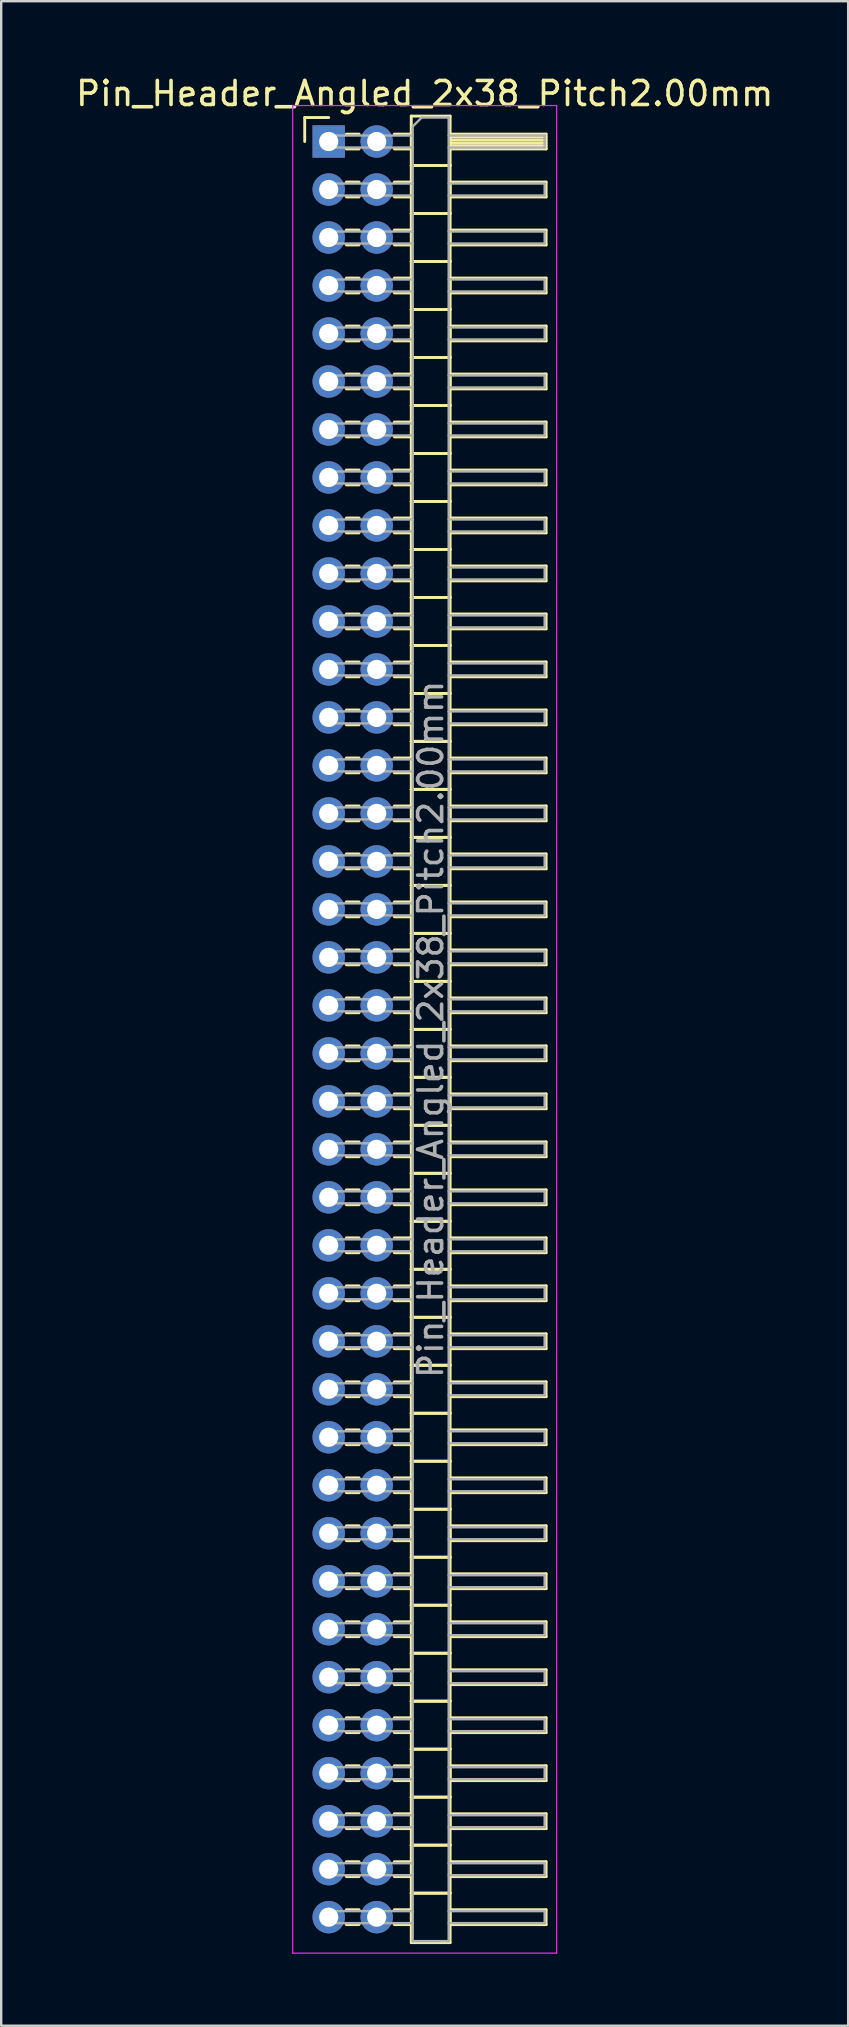
<source format=kicad_pcb>
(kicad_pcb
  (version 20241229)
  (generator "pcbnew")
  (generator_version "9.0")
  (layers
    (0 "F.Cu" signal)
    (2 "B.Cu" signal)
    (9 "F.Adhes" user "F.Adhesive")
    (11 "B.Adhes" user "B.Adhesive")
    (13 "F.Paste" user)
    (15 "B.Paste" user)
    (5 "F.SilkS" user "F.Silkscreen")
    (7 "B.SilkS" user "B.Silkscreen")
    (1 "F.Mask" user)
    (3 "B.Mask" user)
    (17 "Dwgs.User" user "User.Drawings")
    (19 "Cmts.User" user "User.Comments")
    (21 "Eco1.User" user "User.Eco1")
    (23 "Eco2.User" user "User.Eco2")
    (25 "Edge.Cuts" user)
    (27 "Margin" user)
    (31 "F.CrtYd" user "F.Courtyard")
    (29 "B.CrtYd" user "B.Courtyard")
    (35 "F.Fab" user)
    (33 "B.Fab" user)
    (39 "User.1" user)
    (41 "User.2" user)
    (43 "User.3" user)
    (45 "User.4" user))
  (footprint "Pin_Header_Angled_2x38_Pitch2.00mm"
    (layer "F.Cu")
    (at 10.649 2.848)
    (property "Reference" "Pin_Header_Angled_2x38_Pitch2.00mm" (at 4 -2 0) (layer "F.SilkS") (effects (font (size 1 1) (thickness 0.15))))
    (attr through_hole)
    (fp_line (start -1 -1) (end 0 -1) (stroke (width 0.12) (type solid)) (layer "F.SilkS"))
    (fp_line (start -1 0) (end -1 -1) (stroke (width 0.12) (type solid)) (layer "F.SilkS"))
    (fp_line (start 0.735 -0.31) (end 1.265 -0.31) (stroke (width 0.12) (type solid)) (layer "F.SilkS"))
    (fp_line (start 0.735 0.31) (end 1.265 0.31) (stroke (width 0.12) (type solid)) (layer "F.SilkS"))
    (fp_line (start 0.735 1.69) (end 1.265 1.69) (stroke (width 0.12) (type solid)) (layer "F.SilkS"))
    (fp_line (start 0.735 2.31) (end 1.265 2.31) (stroke (width 0.12) (type solid)) (layer "F.SilkS"))
    (fp_line (start 0.735 3.69) (end 1.265 3.69) (stroke (width 0.12) (type solid)) (layer "F.SilkS"))
    (fp_line (start 0.735 4.31) (end 1.265 4.31) (stroke (width 0.12) (type solid)) (layer "F.SilkS"))
    (fp_line (start 0.735 5.69) (end 1.265 5.69) (stroke (width 0.12) (type solid)) (layer "F.SilkS"))
    (fp_line (start 0.735 6.31) (end 1.265 6.31) (stroke (width 0.12) (type solid)) (layer "F.SilkS"))
    (fp_line (start 0.735 7.69) (end 1.265 7.69) (stroke (width 0.12) (type solid)) (layer "F.SilkS"))
    (fp_line (start 0.735 8.31) (end 1.265 8.31) (stroke (width 0.12) (type solid)) (layer "F.SilkS"))
    (fp_line (start 0.735 9.69) (end 1.265 9.69) (stroke (width 0.12) (type solid)) (layer "F.SilkS"))
    (fp_line (start 0.735 10.31) (end 1.265 10.31) (stroke (width 0.12) (type solid)) (layer "F.SilkS"))
    (fp_line (start 0.735 11.69) (end 1.265 11.69) (stroke (width 0.12) (type solid)) (layer "F.SilkS"))
    (fp_line (start 0.735 12.31) (end 1.265 12.31) (stroke (width 0.12) (type solid)) (layer "F.SilkS"))
    (fp_line (start 0.735 13.69) (end 1.265 13.69) (stroke (width 0.12) (type solid)) (layer "F.SilkS"))
    (fp_line (start 0.735 14.31) (end 1.265 14.31) (stroke (width 0.12) (type solid)) (layer "F.SilkS"))
    (fp_line (start 0.735 15.69) (end 1.265 15.69) (stroke (width 0.12) (type solid)) (layer "F.SilkS"))
    (fp_line (start 0.735 16.31) (end 1.265 16.31) (stroke (width 0.12) (type solid)) (layer "F.SilkS"))
    (fp_line (start 0.735 17.69) (end 1.265 17.69) (stroke (width 0.12) (type solid)) (layer "F.SilkS"))
    (fp_line (start 0.735 18.31) (end 1.265 18.31) (stroke (width 0.12) (type solid)) (layer "F.SilkS"))
    (fp_line (start 0.735 19.69) (end 1.265 19.69) (stroke (width 0.12) (type solid)) (layer "F.SilkS"))
    (fp_line (start 0.735 20.31) (end 1.265 20.31) (stroke (width 0.12) (type solid)) (layer "F.SilkS"))
    (fp_line (start 0.735 21.69) (end 1.265 21.69) (stroke (width 0.12) (type solid)) (layer "F.SilkS"))
    (fp_line (start 0.735 22.31) (end 1.265 22.31) (stroke (width 0.12) (type solid)) (layer "F.SilkS"))
    (fp_line (start 0.735 23.69) (end 1.265 23.69) (stroke (width 0.12) (type solid)) (layer "F.SilkS"))
    (fp_line (start 0.735 24.31) (end 1.265 24.31) (stroke (width 0.12) (type solid)) (layer "F.SilkS"))
    (fp_line (start 0.735 25.69) (end 1.265 25.69) (stroke (width 0.12) (type solid)) (layer "F.SilkS"))
    (fp_line (start 0.735 26.31) (end 1.265 26.31) (stroke (width 0.12) (type solid)) (layer "F.SilkS"))
    (fp_line (start 0.735 27.69) (end 1.265 27.69) (stroke (width 0.12) (type solid)) (layer "F.SilkS"))
    (fp_line (start 0.735 28.31) (end 1.265 28.31) (stroke (width 0.12) (type solid)) (layer "F.SilkS"))
    (fp_line (start 0.735 29.69) (end 1.265 29.69) (stroke (width 0.12) (type solid)) (layer "F.SilkS"))
    (fp_line (start 0.735 30.31) (end 1.265 30.31) (stroke (width 0.12) (type solid)) (layer "F.SilkS"))
    (fp_line (start 0.735 31.69) (end 1.265 31.69) (stroke (width 0.12) (type solid)) (layer "F.SilkS"))
    (fp_line (start 0.735 32.31) (end 1.265 32.31) (stroke (width 0.12) (type solid)) (layer "F.SilkS"))
    (fp_line (start 0.735 33.69) (end 1.265 33.69) (stroke (width 0.12) (type solid)) (layer "F.SilkS"))
    (fp_line (start 0.735 34.31) (end 1.265 34.31) (stroke (width 0.12) (type solid)) (layer "F.SilkS"))
    (fp_line (start 0.735 35.69) (end 1.265 35.69) (stroke (width 0.12) (type solid)) (layer "F.SilkS"))
    (fp_line (start 0.735 36.31) (end 1.265 36.31) (stroke (width 0.12) (type solid)) (layer "F.SilkS"))
    (fp_line (start 0.735 37.69) (end 1.265 37.69) (stroke (width 0.12) (type solid)) (layer "F.SilkS"))
    (fp_line (start 0.735 38.31) (end 1.265 38.31) (stroke (width 0.12) (type solid)) (layer "F.SilkS"))
    (fp_line (start 0.735 39.69) (end 1.265 39.69) (stroke (width 0.12) (type solid)) (layer "F.SilkS"))
    (fp_line (start 0.735 40.31) (end 1.265 40.31) (stroke (width 0.12) (type solid)) (layer "F.SilkS"))
    (fp_line (start 0.735 41.69) (end 1.265 41.69) (stroke (width 0.12) (type solid)) (layer "F.SilkS"))
    (fp_line (start 0.735 42.31) (end 1.265 42.31) (stroke (width 0.12) (type solid)) (layer "F.SilkS"))
    (fp_line (start 0.735 43.69) (end 1.265 43.69) (stroke (width 0.12) (type solid)) (layer "F.SilkS"))
    (fp_line (start 0.735 44.31) (end 1.265 44.31) (stroke (width 0.12) (type solid)) (layer "F.SilkS"))
    (fp_line (start 0.735 45.69) (end 1.265 45.69) (stroke (width 0.12) (type solid)) (layer "F.SilkS"))
    (fp_line (start 0.735 46.31) (end 1.265 46.31) (stroke (width 0.12) (type solid)) (layer "F.SilkS"))
    (fp_line (start 0.735 47.69) (end 1.265 47.69) (stroke (width 0.12) (type solid)) (layer "F.SilkS"))
    (fp_line (start 0.735 48.31) (end 1.265 48.31) (stroke (width 0.12) (type solid)) (layer "F.SilkS"))
    (fp_line (start 0.735 49.69) (end 1.265 49.69) (stroke (width 0.12) (type solid)) (layer "F.SilkS"))
    (fp_line (start 0.735 50.31) (end 1.265 50.31) (stroke (width 0.12) (type solid)) (layer "F.SilkS"))
    (fp_line (start 0.735 51.69) (end 1.265 51.69) (stroke (width 0.12) (type solid)) (layer "F.SilkS"))
    (fp_line (start 0.735 52.31) (end 1.265 52.31) (stroke (width 0.12) (type solid)) (layer "F.SilkS"))
    (fp_line (start 0.735 53.69) (end 1.265 53.69) (stroke (width 0.12) (type solid)) (layer "F.SilkS"))
    (fp_line (start 0.735 54.31) (end 1.265 54.31) (stroke (width 0.12) (type solid)) (layer "F.SilkS"))
    (fp_line (start 0.735 55.69) (end 1.265 55.69) (stroke (width 0.12) (type solid)) (layer "F.SilkS"))
    (fp_line (start 0.735 56.31) (end 1.265 56.31) (stroke (width 0.12) (type solid)) (layer "F.SilkS"))
    (fp_line (start 0.735 57.69) (end 1.265 57.69) (stroke (width 0.12) (type solid)) (layer "F.SilkS"))
    (fp_line (start 0.735 58.31) (end 1.265 58.31) (stroke (width 0.12) (type solid)) (layer "F.SilkS"))
    (fp_line (start 0.735 59.69) (end 1.265 59.69) (stroke (width 0.12) (type solid)) (layer "F.SilkS"))
    (fp_line (start 0.735 60.31) (end 1.265 60.31) (stroke (width 0.12) (type solid)) (layer "F.SilkS"))
    (fp_line (start 0.735 61.69) (end 1.265 61.69) (stroke (width 0.12) (type solid)) (layer "F.SilkS"))
    (fp_line (start 0.735 62.31) (end 1.265 62.31) (stroke (width 0.12) (type solid)) (layer "F.SilkS"))
    (fp_line (start 0.735 63.69) (end 1.265 63.69) (stroke (width 0.12) (type solid)) (layer "F.SilkS"))
    (fp_line (start 0.735 64.31) (end 1.265 64.31) (stroke (width 0.12) (type solid)) (layer "F.SilkS"))
    (fp_line (start 0.735 65.69) (end 1.265 65.69) (stroke (width 0.12) (type solid)) (layer "F.SilkS"))
    (fp_line (start 0.735 66.31) (end 1.265 66.31) (stroke (width 0.12) (type solid)) (layer "F.SilkS"))
    (fp_line (start 0.735 67.69) (end 1.265 67.69) (stroke (width 0.12) (type solid)) (layer "F.SilkS"))
    (fp_line (start 0.735 68.31) (end 1.265 68.31) (stroke (width 0.12) (type solid)) (layer "F.SilkS"))
    (fp_line (start 0.735 69.69) (end 1.265 69.69) (stroke (width 0.12) (type solid)) (layer "F.SilkS"))
    (fp_line (start 0.735 70.31) (end 1.265 70.31) (stroke (width 0.12) (type solid)) (layer "F.SilkS"))
    (fp_line (start 0.735 71.69) (end 1.265 71.69) (stroke (width 0.12) (type solid)) (layer "F.SilkS"))
    (fp_line (start 0.735 72.31) (end 1.265 72.31) (stroke (width 0.12) (type solid)) (layer "F.SilkS"))
    (fp_line (start 0.735 73.69) (end 1.265 73.69) (stroke (width 0.12) (type solid)) (layer "F.SilkS"))
    (fp_line (start 0.735 74.31) (end 1.265 74.31) (stroke (width 0.12) (type solid)) (layer "F.SilkS"))
    (fp_line (start 2.735 -0.31) (end 3.44 -0.31) (stroke (width 0.12) (type solid)) (layer "F.SilkS"))
    (fp_line (start 2.735 0.31) (end 3.44 0.31) (stroke (width 0.12) (type solid)) (layer "F.SilkS"))
    (fp_line (start 2.735 1.69) (end 3.44 1.69) (stroke (width 0.12) (type solid)) (layer "F.SilkS"))
    (fp_line (start 2.735 2.31) (end 3.44 2.31) (stroke (width 0.12) (type solid)) (layer "F.SilkS"))
    (fp_line (start 2.735 3.69) (end 3.44 3.69) (stroke (width 0.12) (type solid)) (layer "F.SilkS"))
    (fp_line (start 2.735 4.31) (end 3.44 4.31) (stroke (width 0.12) (type solid)) (layer "F.SilkS"))
    (fp_line (start 2.735 5.69) (end 3.44 5.69) (stroke (width 0.12) (type solid)) (layer "F.SilkS"))
    (fp_line (start 2.735 6.31) (end 3.44 6.31) (stroke (width 0.12) (type solid)) (layer "F.SilkS"))
    (fp_line (start 2.735 7.69) (end 3.44 7.69) (stroke (width 0.12) (type solid)) (layer "F.SilkS"))
    (fp_line (start 2.735 8.31) (end 3.44 8.31) (stroke (width 0.12) (type solid)) (layer "F.SilkS"))
    (fp_line (start 2.735 9.69) (end 3.44 9.69) (stroke (width 0.12) (type solid)) (layer "F.SilkS"))
    (fp_line (start 2.735 10.31) (end 3.44 10.31) (stroke (width 0.12) (type solid)) (layer "F.SilkS"))
    (fp_line (start 2.735 11.69) (end 3.44 11.69) (stroke (width 0.12) (type solid)) (layer "F.SilkS"))
    (fp_line (start 2.735 12.31) (end 3.44 12.31) (stroke (width 0.12) (type solid)) (layer "F.SilkS"))
    (fp_line (start 2.735 13.69) (end 3.44 13.69) (stroke (width 0.12) (type solid)) (layer "F.SilkS"))
    (fp_line (start 2.735 14.31) (end 3.44 14.31) (stroke (width 0.12) (type solid)) (layer "F.SilkS"))
    (fp_line (start 2.735 15.69) (end 3.44 15.69) (stroke (width 0.12) (type solid)) (layer "F.SilkS"))
    (fp_line (start 2.735 16.31) (end 3.44 16.31) (stroke (width 0.12) (type solid)) (layer "F.SilkS"))
    (fp_line (start 2.735 17.69) (end 3.44 17.69) (stroke (width 0.12) (type solid)) (layer "F.SilkS"))
    (fp_line (start 2.735 18.31) (end 3.44 18.31) (stroke (width 0.12) (type solid)) (layer "F.SilkS"))
    (fp_line (start 2.735 19.69) (end 3.44 19.69) (stroke (width 0.12) (type solid)) (layer "F.SilkS"))
    (fp_line (start 2.735 20.31) (end 3.44 20.31) (stroke (width 0.12) (type solid)) (layer "F.SilkS"))
    (fp_line (start 2.735 21.69) (end 3.44 21.69) (stroke (width 0.12) (type solid)) (layer "F.SilkS"))
    (fp_line (start 2.735 22.31) (end 3.44 22.31) (stroke (width 0.12) (type solid)) (layer "F.SilkS"))
    (fp_line (start 2.735 23.69) (end 3.44 23.69) (stroke (width 0.12) (type solid)) (layer "F.SilkS"))
    (fp_line (start 2.735 24.31) (end 3.44 24.31) (stroke (width 0.12) (type solid)) (layer "F.SilkS"))
    (fp_line (start 2.735 25.69) (end 3.44 25.69) (stroke (width 0.12) (type solid)) (layer "F.SilkS"))
    (fp_line (start 2.735 26.31) (end 3.44 26.31) (stroke (width 0.12) (type solid)) (layer "F.SilkS"))
    (fp_line (start 2.735 27.69) (end 3.44 27.69) (stroke (width 0.12) (type solid)) (layer "F.SilkS"))
    (fp_line (start 2.735 28.31) (end 3.44 28.31) (stroke (width 0.12) (type solid)) (layer "F.SilkS"))
    (fp_line (start 2.735 29.69) (end 3.44 29.69) (stroke (width 0.12) (type solid)) (layer "F.SilkS"))
    (fp_line (start 2.735 30.31) (end 3.44 30.31) (stroke (width 0.12) (type solid)) (layer "F.SilkS"))
    (fp_line (start 2.735 31.69) (end 3.44 31.69) (stroke (width 0.12) (type solid)) (layer "F.SilkS"))
    (fp_line (start 2.735 32.31) (end 3.44 32.31) (stroke (width 0.12) (type solid)) (layer "F.SilkS"))
    (fp_line (start 2.735 33.69) (end 3.44 33.69) (stroke (width 0.12) (type solid)) (layer "F.SilkS"))
    (fp_line (start 2.735 34.31) (end 3.44 34.31) (stroke (width 0.12) (type solid)) (layer "F.SilkS"))
    (fp_line (start 2.735 35.69) (end 3.44 35.69) (stroke (width 0.12) (type solid)) (layer "F.SilkS"))
    (fp_line (start 2.735 36.31) (end 3.44 36.31) (stroke (width 0.12) (type solid)) (layer "F.SilkS"))
    (fp_line (start 2.735 37.69) (end 3.44 37.69) (stroke (width 0.12) (type solid)) (layer "F.SilkS"))
    (fp_line (start 2.735 38.31) (end 3.44 38.31) (stroke (width 0.12) (type solid)) (layer "F.SilkS"))
    (fp_line (start 2.735 39.69) (end 3.44 39.69) (stroke (width 0.12) (type solid)) (layer "F.SilkS"))
    (fp_line (start 2.735 40.31) (end 3.44 40.31) (stroke (width 0.12) (type solid)) (layer "F.SilkS"))
    (fp_line (start 2.735 41.69) (end 3.44 41.69) (stroke (width 0.12) (type solid)) (layer "F.SilkS"))
    (fp_line (start 2.735 42.31) (end 3.44 42.31) (stroke (width 0.12) (type solid)) (layer "F.SilkS"))
    (fp_line (start 2.735 43.69) (end 3.44 43.69) (stroke (width 0.12) (type solid)) (layer "F.SilkS"))
    (fp_line (start 2.735 44.31) (end 3.44 44.31) (stroke (width 0.12) (type solid)) (layer "F.SilkS"))
    (fp_line (start 2.735 45.69) (end 3.44 45.69) (stroke (width 0.12) (type solid)) (layer "F.SilkS"))
    (fp_line (start 2.735 46.31) (end 3.44 46.31) (stroke (width 0.12) (type solid)) (layer "F.SilkS"))
    (fp_line (start 2.735 47.69) (end 3.44 47.69) (stroke (width 0.12) (type solid)) (layer "F.SilkS"))
    (fp_line (start 2.735 48.31) (end 3.44 48.31) (stroke (width 0.12) (type solid)) (layer "F.SilkS"))
    (fp_line (start 2.735 49.69) (end 3.44 49.69) (stroke (width 0.12) (type solid)) (layer "F.SilkS"))
    (fp_line (start 2.735 50.31) (end 3.44 50.31) (stroke (width 0.12) (type solid)) (layer "F.SilkS"))
    (fp_line (start 2.735 51.69) (end 3.44 51.69) (stroke (width 0.12) (type solid)) (layer "F.SilkS"))
    (fp_line (start 2.735 52.31) (end 3.44 52.31) (stroke (width 0.12) (type solid)) (layer "F.SilkS"))
    (fp_line (start 2.735 53.69) (end 3.44 53.69) (stroke (width 0.12) (type solid)) (layer "F.SilkS"))
    (fp_line (start 2.735 54.31) (end 3.44 54.31) (stroke (width 0.12) (type solid)) (layer "F.SilkS"))
    (fp_line (start 2.735 55.69) (end 3.44 55.69) (stroke (width 0.12) (type solid)) (layer "F.SilkS"))
    (fp_line (start 2.735 56.31) (end 3.44 56.31) (stroke (width 0.12) (type solid)) (layer "F.SilkS"))
    (fp_line (start 2.735 57.69) (end 3.44 57.69) (stroke (width 0.12) (type solid)) (layer "F.SilkS"))
    (fp_line (start 2.735 58.31) (end 3.44 58.31) (stroke (width 0.12) (type solid)) (layer "F.SilkS"))
    (fp_line (start 2.735 59.69) (end 3.44 59.69) (stroke (width 0.12) (type solid)) (layer "F.SilkS"))
    (fp_line (start 2.735 60.31) (end 3.44 60.31) (stroke (width 0.12) (type solid)) (layer "F.SilkS"))
    (fp_line (start 2.735 61.69) (end 3.44 61.69) (stroke (width 0.12) (type solid)) (layer "F.SilkS"))
    (fp_line (start 2.735 62.31) (end 3.44 62.31) (stroke (width 0.12) (type solid)) (layer "F.SilkS"))
    (fp_line (start 2.735 63.69) (end 3.44 63.69) (stroke (width 0.12) (type solid)) (layer "F.SilkS"))
    (fp_line (start 2.735 64.31) (end 3.44 64.31) (stroke (width 0.12) (type solid)) (layer "F.SilkS"))
    (fp_line (start 2.735 65.69) (end 3.44 65.69) (stroke (width 0.12) (type solid)) (layer "F.SilkS"))
    (fp_line (start 2.735 66.31) (end 3.44 66.31) (stroke (width 0.12) (type solid)) (layer "F.SilkS"))
    (fp_line (start 2.735 67.69) (end 3.44 67.69) (stroke (width 0.12) (type solid)) (layer "F.SilkS"))
    (fp_line (start 2.735 68.31) (end 3.44 68.31) (stroke (width 0.12) (type solid)) (layer "F.SilkS"))
    (fp_line (start 2.735 69.69) (end 3.44 69.69) (stroke (width 0.12) (type solid)) (layer "F.SilkS"))
    (fp_line (start 2.735 70.31) (end 3.44 70.31) (stroke (width 0.12) (type solid)) (layer "F.SilkS"))
    (fp_line (start 2.735 71.69) (end 3.44 71.69) (stroke (width 0.12) (type solid)) (layer "F.SilkS"))
    (fp_line (start 2.735 72.31) (end 3.44 72.31) (stroke (width 0.12) (type solid)) (layer "F.SilkS"))
    (fp_line (start 2.735 73.69) (end 3.44 73.69) (stroke (width 0.12) (type solid)) (layer "F.SilkS"))
    (fp_line (start 2.735 74.31) (end 3.44 74.31) (stroke (width 0.12) (type solid)) (layer "F.SilkS"))
    (fp_line (start 3.44 -1.06) (end 3.44 1) (stroke (width 0.12) (type solid)) (layer "F.SilkS"))
    (fp_line (start 3.44 1) (end 3.44 3) (stroke (width 0.12) (type solid)) (layer "F.SilkS"))
    (fp_line (start 3.44 1) (end 5.06 1) (stroke (width 0.12) (type solid)) (layer "F.SilkS"))
    (fp_line (start 3.44 3) (end 3.44 5) (stroke (width 0.12) (type solid)) (layer "F.SilkS"))
    (fp_line (start 3.44 3) (end 5.06 3) (stroke (width 0.12) (type solid)) (layer "F.SilkS"))
    (fp_line (start 3.44 5) (end 3.44 7) (stroke (width 0.12) (type solid)) (layer "F.SilkS"))
    (fp_line (start 3.44 5) (end 5.06 5) (stroke (width 0.12) (type solid)) (layer "F.SilkS"))
    (fp_line (start 3.44 7) (end 3.44 9) (stroke (width 0.12) (type solid)) (layer "F.SilkS"))
    (fp_line (start 3.44 7) (end 5.06 7) (stroke (width 0.12) (type solid)) (layer "F.SilkS"))
    (fp_line (start 3.44 9) (end 3.44 11) (stroke (width 0.12) (type solid)) (layer "F.SilkS"))
    (fp_line (start 3.44 9) (end 5.06 9) (stroke (width 0.12) (type solid)) (layer "F.SilkS"))
    (fp_line (start 3.44 11) (end 3.44 13) (stroke (width 0.12) (type solid)) (layer "F.SilkS"))
    (fp_line (start 3.44 11) (end 5.06 11) (stroke (width 0.12) (type solid)) (layer "F.SilkS"))
    (fp_line (start 3.44 13) (end 3.44 15) (stroke (width 0.12) (type solid)) (layer "F.SilkS"))
    (fp_line (start 3.44 13) (end 5.06 13) (stroke (width 0.12) (type solid)) (layer "F.SilkS"))
    (fp_line (start 3.44 15) (end 3.44 17) (stroke (width 0.12) (type solid)) (layer "F.SilkS"))
    (fp_line (start 3.44 15) (end 5.06 15) (stroke (width 0.12) (type solid)) (layer "F.SilkS"))
    (fp_line (start 3.44 17) (end 3.44 19) (stroke (width 0.12) (type solid)) (layer "F.SilkS"))
    (fp_line (start 3.44 17) (end 5.06 17) (stroke (width 0.12) (type solid)) (layer "F.SilkS"))
    (fp_line (start 3.44 19) (end 3.44 21) (stroke (width 0.12) (type solid)) (layer "F.SilkS"))
    (fp_line (start 3.44 19) (end 5.06 19) (stroke (width 0.12) (type solid)) (layer "F.SilkS"))
    (fp_line (start 3.44 21) (end 3.44 23) (stroke (width 0.12) (type solid)) (layer "F.SilkS"))
    (fp_line (start 3.44 21) (end 5.06 21) (stroke (width 0.12) (type solid)) (layer "F.SilkS"))
    (fp_line (start 3.44 23) (end 3.44 25) (stroke (width 0.12) (type solid)) (layer "F.SilkS"))
    (fp_line (start 3.44 23) (end 5.06 23) (stroke (width 0.12) (type solid)) (layer "F.SilkS"))
    (fp_line (start 3.44 25) (end 3.44 27) (stroke (width 0.12) (type solid)) (layer "F.SilkS"))
    (fp_line (start 3.44 25) (end 5.06 25) (stroke (width 0.12) (type solid)) (layer "F.SilkS"))
    (fp_line (start 3.44 27) (end 3.44 29) (stroke (width 0.12) (type solid)) (layer "F.SilkS"))
    (fp_line (start 3.44 27) (end 5.06 27) (stroke (width 0.12) (type solid)) (layer "F.SilkS"))
    (fp_line (start 3.44 29) (end 3.44 31) (stroke (width 0.12) (type solid)) (layer "F.SilkS"))
    (fp_line (start 3.44 29) (end 5.06 29) (stroke (width 0.12) (type solid)) (layer "F.SilkS"))
    (fp_line (start 3.44 31) (end 3.44 33) (stroke (width 0.12) (type solid)) (layer "F.SilkS"))
    (fp_line (start 3.44 31) (end 5.06 31) (stroke (width 0.12) (type solid)) (layer "F.SilkS"))
    (fp_line (start 3.44 33) (end 3.44 35) (stroke (width 0.12) (type solid)) (layer "F.SilkS"))
    (fp_line (start 3.44 33) (end 5.06 33) (stroke (width 0.12) (type solid)) (layer "F.SilkS"))
    (fp_line (start 3.44 35) (end 3.44 37) (stroke (width 0.12) (type solid)) (layer "F.SilkS"))
    (fp_line (start 3.44 35) (end 5.06 35) (stroke (width 0.12) (type solid)) (layer "F.SilkS"))
    (fp_line (start 3.44 37) (end 3.44 39) (stroke (width 0.12) (type solid)) (layer "F.SilkS"))
    (fp_line (start 3.44 37) (end 5.06 37) (stroke (width 0.12) (type solid)) (layer "F.SilkS"))
    (fp_line (start 3.44 39) (end 3.44 41) (stroke (width 0.12) (type solid)) (layer "F.SilkS"))
    (fp_line (start 3.44 39) (end 5.06 39) (stroke (width 0.12) (type solid)) (layer "F.SilkS"))
    (fp_line (start 3.44 41) (end 3.44 43) (stroke (width 0.12) (type solid)) (layer "F.SilkS"))
    (fp_line (start 3.44 41) (end 5.06 41) (stroke (width 0.12) (type solid)) (layer "F.SilkS"))
    (fp_line (start 3.44 43) (end 3.44 45) (stroke (width 0.12) (type solid)) (layer "F.SilkS"))
    (fp_line (start 3.44 43) (end 5.06 43) (stroke (width 0.12) (type solid)) (layer "F.SilkS"))
    (fp_line (start 3.44 45) (end 3.44 47) (stroke (width 0.12) (type solid)) (layer "F.SilkS"))
    (fp_line (start 3.44 45) (end 5.06 45) (stroke (width 0.12) (type solid)) (layer "F.SilkS"))
    (fp_line (start 3.44 47) (end 3.44 49) (stroke (width 0.12) (type solid)) (layer "F.SilkS"))
    (fp_line (start 3.44 47) (end 5.06 47) (stroke (width 0.12) (type solid)) (layer "F.SilkS"))
    (fp_line (start 3.44 49) (end 3.44 51) (stroke (width 0.12) (type solid)) (layer "F.SilkS"))
    (fp_line (start 3.44 49) (end 5.06 49) (stroke (width 0.12) (type solid)) (layer "F.SilkS"))
    (fp_line (start 3.44 51) (end 3.44 53) (stroke (width 0.12) (type solid)) (layer "F.SilkS"))
    (fp_line (start 3.44 51) (end 5.06 51) (stroke (width 0.12) (type solid)) (layer "F.SilkS"))
    (fp_line (start 3.44 53) (end 3.44 55) (stroke (width 0.12) (type solid)) (layer "F.SilkS"))
    (fp_line (start 3.44 53) (end 5.06 53) (stroke (width 0.12) (type solid)) (layer "F.SilkS"))
    (fp_line (start 3.44 55) (end 3.44 57) (stroke (width 0.12) (type solid)) (layer "F.SilkS"))
    (fp_line (start 3.44 55) (end 5.06 55) (stroke (width 0.12) (type solid)) (layer "F.SilkS"))
    (fp_line (start 3.44 57) (end 3.44 59) (stroke (width 0.12) (type solid)) (layer "F.SilkS"))
    (fp_line (start 3.44 57) (end 5.06 57) (stroke (width 0.12) (type solid)) (layer "F.SilkS"))
    (fp_line (start 3.44 59) (end 3.44 61) (stroke (width 0.12) (type solid)) (layer "F.SilkS"))
    (fp_line (start 3.44 59) (end 5.06 59) (stroke (width 0.12) (type solid)) (layer "F.SilkS"))
    (fp_line (start 3.44 61) (end 3.44 63) (stroke (width 0.12) (type solid)) (layer "F.SilkS"))
    (fp_line (start 3.44 61) (end 5.06 61) (stroke (width 0.12) (type solid)) (layer "F.SilkS"))
    (fp_line (start 3.44 63) (end 3.44 65) (stroke (width 0.12) (type solid)) (layer "F.SilkS"))
    (fp_line (start 3.44 63) (end 5.06 63) (stroke (width 0.12) (type solid)) (layer "F.SilkS"))
    (fp_line (start 3.44 65) (end 3.44 67) (stroke (width 0.12) (type solid)) (layer "F.SilkS"))
    (fp_line (start 3.44 65) (end 5.06 65) (stroke (width 0.12) (type solid)) (layer "F.SilkS"))
    (fp_line (start 3.44 67) (end 3.44 69) (stroke (width 0.12) (type solid)) (layer "F.SilkS"))
    (fp_line (start 3.44 67) (end 5.06 67) (stroke (width 0.12) (type solid)) (layer "F.SilkS"))
    (fp_line (start 3.44 69) (end 3.44 71) (stroke (width 0.12) (type solid)) (layer "F.SilkS"))
    (fp_line (start 3.44 69) (end 5.06 69) (stroke (width 0.12) (type solid)) (layer "F.SilkS"))
    (fp_line (start 3.44 71) (end 3.44 73) (stroke (width 0.12) (type solid)) (layer "F.SilkS"))
    (fp_line (start 3.44 71) (end 5.06 71) (stroke (width 0.12) (type solid)) (layer "F.SilkS"))
    (fp_line (start 3.44 73) (end 3.44 75.06) (stroke (width 0.12) (type solid)) (layer "F.SilkS"))
    (fp_line (start 3.44 73) (end 5.06 73) (stroke (width 0.12) (type solid)) (layer "F.SilkS"))
    (fp_line (start 3.44 75.06) (end 5.06 75.06) (stroke (width 0.12) (type solid)) (layer "F.SilkS"))
    (fp_line (start 5.06 -1.06) (end 3.44 -1.06) (stroke (width 0.12) (type solid)) (layer "F.SilkS"))
    (fp_line (start 5.06 -0.31) (end 5.06 0.31) (stroke (width 0.12) (type solid)) (layer "F.SilkS"))
    (fp_line (start 5.06 -0.19) (end 9.06 -0.19) (stroke (width 0.12) (type solid)) (layer "F.SilkS"))
    (fp_line (start 5.06 -0.07) (end 9.06 -0.07) (stroke (width 0.12) (type solid)) (layer "F.SilkS"))
    (fp_line (start 5.06 0.05) (end 9.06 0.05) (stroke (width 0.12) (type solid)) (layer "F.SilkS"))
    (fp_line (start 5.06 0.17) (end 9.06 0.17) (stroke (width 0.12) (type solid)) (layer "F.SilkS"))
    (fp_line (start 5.06 0.29) (end 9.06 0.29) (stroke (width 0.12) (type solid)) (layer "F.SilkS"))
    (fp_line (start 5.06 0.31) (end 9.06 0.31) (stroke (width 0.12) (type solid)) (layer "F.SilkS"))
    (fp_line (start 5.06 1) (end 3.44 1) (stroke (width 0.12) (type solid)) (layer "F.SilkS"))
    (fp_line (start 5.06 1) (end 5.06 -1.06) (stroke (width 0.12) (type solid)) (layer "F.SilkS"))
    (fp_line (start 5.06 1.69) (end 5.06 2.31) (stroke (width 0.12) (type solid)) (layer "F.SilkS"))
    (fp_line (start 5.06 2.31) (end 9.06 2.31) (stroke (width 0.12) (type solid)) (layer "F.SilkS"))
    (fp_line (start 5.06 3) (end 3.44 3) (stroke (width 0.12) (type solid)) (layer "F.SilkS"))
    (fp_line (start 5.06 3) (end 5.06 1) (stroke (width 0.12) (type solid)) (layer "F.SilkS"))
    (fp_line (start 5.06 3.69) (end 5.06 4.31) (stroke (width 0.12) (type solid)) (layer "F.SilkS"))
    (fp_line (start 5.06 4.31) (end 9.06 4.31) (stroke (width 0.12) (type solid)) (layer "F.SilkS"))
    (fp_line (start 5.06 5) (end 3.44 5) (stroke (width 0.12) (type solid)) (layer "F.SilkS"))
    (fp_line (start 5.06 5) (end 5.06 3) (stroke (width 0.12) (type solid)) (layer "F.SilkS"))
    (fp_line (start 5.06 5.69) (end 5.06 6.31) (stroke (width 0.12) (type solid)) (layer "F.SilkS"))
    (fp_line (start 5.06 6.31) (end 9.06 6.31) (stroke (width 0.12) (type solid)) (layer "F.SilkS"))
    (fp_line (start 5.06 7) (end 3.44 7) (stroke (width 0.12) (type solid)) (layer "F.SilkS"))
    (fp_line (start 5.06 7) (end 5.06 5) (stroke (width 0.12) (type solid)) (layer "F.SilkS"))
    (fp_line (start 5.06 7.69) (end 5.06 8.31) (stroke (width 0.12) (type solid)) (layer "F.SilkS"))
    (fp_line (start 5.06 8.31) (end 9.06 8.31) (stroke (width 0.12) (type solid)) (layer "F.SilkS"))
    (fp_line (start 5.06 9) (end 3.44 9) (stroke (width 0.12) (type solid)) (layer "F.SilkS"))
    (fp_line (start 5.06 9) (end 5.06 7) (stroke (width 0.12) (type solid)) (layer "F.SilkS"))
    (fp_line (start 5.06 9.69) (end 5.06 10.31) (stroke (width 0.12) (type solid)) (layer "F.SilkS"))
    (fp_line (start 5.06 10.31) (end 9.06 10.31) (stroke (width 0.12) (type solid)) (layer "F.SilkS"))
    (fp_line (start 5.06 11) (end 3.44 11) (stroke (width 0.12) (type solid)) (layer "F.SilkS"))
    (fp_line (start 5.06 11) (end 5.06 9) (stroke (width 0.12) (type solid)) (layer "F.SilkS"))
    (fp_line (start 5.06 11.69) (end 5.06 12.31) (stroke (width 0.12) (type solid)) (layer "F.SilkS"))
    (fp_line (start 5.06 12.31) (end 9.06 12.31) (stroke (width 0.12) (type solid)) (layer "F.SilkS"))
    (fp_line (start 5.06 13) (end 3.44 13) (stroke (width 0.12) (type solid)) (layer "F.SilkS"))
    (fp_line (start 5.06 13) (end 5.06 11) (stroke (width 0.12) (type solid)) (layer "F.SilkS"))
    (fp_line (start 5.06 13.69) (end 5.06 14.31) (stroke (width 0.12) (type solid)) (layer "F.SilkS"))
    (fp_line (start 5.06 14.31) (end 9.06 14.31) (stroke (width 0.12) (type solid)) (layer "F.SilkS"))
    (fp_line (start 5.06 15) (end 3.44 15) (stroke (width 0.12) (type solid)) (layer "F.SilkS"))
    (fp_line (start 5.06 15) (end 5.06 13) (stroke (width 0.12) (type solid)) (layer "F.SilkS"))
    (fp_line (start 5.06 15.69) (end 5.06 16.31) (stroke (width 0.12) (type solid)) (layer "F.SilkS"))
    (fp_line (start 5.06 16.31) (end 9.06 16.31) (stroke (width 0.12) (type solid)) (layer "F.SilkS"))
    (fp_line (start 5.06 17) (end 3.44 17) (stroke (width 0.12) (type solid)) (layer "F.SilkS"))
    (fp_line (start 5.06 17) (end 5.06 15) (stroke (width 0.12) (type solid)) (layer "F.SilkS"))
    (fp_line (start 5.06 17.69) (end 5.06 18.31) (stroke (width 0.12) (type solid)) (layer "F.SilkS"))
    (fp_line (start 5.06 18.31) (end 9.06 18.31) (stroke (width 0.12) (type solid)) (layer "F.SilkS"))
    (fp_line (start 5.06 19) (end 3.44 19) (stroke (width 0.12) (type solid)) (layer "F.SilkS"))
    (fp_line (start 5.06 19) (end 5.06 17) (stroke (width 0.12) (type solid)) (layer "F.SilkS"))
    (fp_line (start 5.06 19.69) (end 5.06 20.31) (stroke (width 0.12) (type solid)) (layer "F.SilkS"))
    (fp_line (start 5.06 20.31) (end 9.06 20.31) (stroke (width 0.12) (type solid)) (layer "F.SilkS"))
    (fp_line (start 5.06 21) (end 3.44 21) (stroke (width 0.12) (type solid)) (layer "F.SilkS"))
    (fp_line (start 5.06 21) (end 5.06 19) (stroke (width 0.12) (type solid)) (layer "F.SilkS"))
    (fp_line (start 5.06 21.69) (end 5.06 22.31) (stroke (width 0.12) (type solid)) (layer "F.SilkS"))
    (fp_line (start 5.06 22.31) (end 9.06 22.31) (stroke (width 0.12) (type solid)) (layer "F.SilkS"))
    (fp_line (start 5.06 23) (end 3.44 23) (stroke (width 0.12) (type solid)) (layer "F.SilkS"))
    (fp_line (start 5.06 23) (end 5.06 21) (stroke (width 0.12) (type solid)) (layer "F.SilkS"))
    (fp_line (start 5.06 23.69) (end 5.06 24.31) (stroke (width 0.12) (type solid)) (layer "F.SilkS"))
    (fp_line (start 5.06 24.31) (end 9.06 24.31) (stroke (width 0.12) (type solid)) (layer "F.SilkS"))
    (fp_line (start 5.06 25) (end 3.44 25) (stroke (width 0.12) (type solid)) (layer "F.SilkS"))
    (fp_line (start 5.06 25) (end 5.06 23) (stroke (width 0.12) (type solid)) (layer "F.SilkS"))
    (fp_line (start 5.06 25.69) (end 5.06 26.31) (stroke (width 0.12) (type solid)) (layer "F.SilkS"))
    (fp_line (start 5.06 26.31) (end 9.06 26.31) (stroke (width 0.12) (type solid)) (layer "F.SilkS"))
    (fp_line (start 5.06 27) (end 3.44 27) (stroke (width 0.12) (type solid)) (layer "F.SilkS"))
    (fp_line (start 5.06 27) (end 5.06 25) (stroke (width 0.12) (type solid)) (layer "F.SilkS"))
    (fp_line (start 5.06 27.69) (end 5.06 28.31) (stroke (width 0.12) (type solid)) (layer "F.SilkS"))
    (fp_line (start 5.06 28.31) (end 9.06 28.31) (stroke (width 0.12) (type solid)) (layer "F.SilkS"))
    (fp_line (start 5.06 29) (end 3.44 29) (stroke (width 0.12) (type solid)) (layer "F.SilkS"))
    (fp_line (start 5.06 29) (end 5.06 27) (stroke (width 0.12) (type solid)) (layer "F.SilkS"))
    (fp_line (start 5.06 29.69) (end 5.06 30.31) (stroke (width 0.12) (type solid)) (layer "F.SilkS"))
    (fp_line (start 5.06 30.31) (end 9.06 30.31) (stroke (width 0.12) (type solid)) (layer "F.SilkS"))
    (fp_line (start 5.06 31) (end 3.44 31) (stroke (width 0.12) (type solid)) (layer "F.SilkS"))
    (fp_line (start 5.06 31) (end 5.06 29) (stroke (width 0.12) (type solid)) (layer "F.SilkS"))
    (fp_line (start 5.06 31.69) (end 5.06 32.31) (stroke (width 0.12) (type solid)) (layer "F.SilkS"))
    (fp_line (start 5.06 32.31) (end 9.06 32.31) (stroke (width 0.12) (type solid)) (layer "F.SilkS"))
    (fp_line (start 5.06 33) (end 3.44 33) (stroke (width 0.12) (type solid)) (layer "F.SilkS"))
    (fp_line (start 5.06 33) (end 5.06 31) (stroke (width 0.12) (type solid)) (layer "F.SilkS"))
    (fp_line (start 5.06 33.69) (end 5.06 34.31) (stroke (width 0.12) (type solid)) (layer "F.SilkS"))
    (fp_line (start 5.06 34.31) (end 9.06 34.31) (stroke (width 0.12) (type solid)) (layer "F.SilkS"))
    (fp_line (start 5.06 35) (end 3.44 35) (stroke (width 0.12) (type solid)) (layer "F.SilkS"))
    (fp_line (start 5.06 35) (end 5.06 33) (stroke (width 0.12) (type solid)) (layer "F.SilkS"))
    (fp_line (start 5.06 35.69) (end 5.06 36.31) (stroke (width 0.12) (type solid)) (layer "F.SilkS"))
    (fp_line (start 5.06 36.31) (end 9.06 36.31) (stroke (width 0.12) (type solid)) (layer "F.SilkS"))
    (fp_line (start 5.06 37) (end 3.44 37) (stroke (width 0.12) (type solid)) (layer "F.SilkS"))
    (fp_line (start 5.06 37) (end 5.06 35) (stroke (width 0.12) (type solid)) (layer "F.SilkS"))
    (fp_line (start 5.06 37.69) (end 5.06 38.31) (stroke (width 0.12) (type solid)) (layer "F.SilkS"))
    (fp_line (start 5.06 38.31) (end 9.06 38.31) (stroke (width 0.12) (type solid)) (layer "F.SilkS"))
    (fp_line (start 5.06 39) (end 3.44 39) (stroke (width 0.12) (type solid)) (layer "F.SilkS"))
    (fp_line (start 5.06 39) (end 5.06 37) (stroke (width 0.12) (type solid)) (layer "F.SilkS"))
    (fp_line (start 5.06 39.69) (end 5.06 40.31) (stroke (width 0.12) (type solid)) (layer "F.SilkS"))
    (fp_line (start 5.06 40.31) (end 9.06 40.31) (stroke (width 0.12) (type solid)) (layer "F.SilkS"))
    (fp_line (start 5.06 41) (end 3.44 41) (stroke (width 0.12) (type solid)) (layer "F.SilkS"))
    (fp_line (start 5.06 41) (end 5.06 39) (stroke (width 0.12) (type solid)) (layer "F.SilkS"))
    (fp_line (start 5.06 41.69) (end 5.06 42.31) (stroke (width 0.12) (type solid)) (layer "F.SilkS"))
    (fp_line (start 5.06 42.31) (end 9.06 42.31) (stroke (width 0.12) (type solid)) (layer "F.SilkS"))
    (fp_line (start 5.06 43) (end 3.44 43) (stroke (width 0.12) (type solid)) (layer "F.SilkS"))
    (fp_line (start 5.06 43) (end 5.06 41) (stroke (width 0.12) (type solid)) (layer "F.SilkS"))
    (fp_line (start 5.06 43.69) (end 5.06 44.31) (stroke (width 0.12) (type solid)) (layer "F.SilkS"))
    (fp_line (start 5.06 44.31) (end 9.06 44.31) (stroke (width 0.12) (type solid)) (layer "F.SilkS"))
    (fp_line (start 5.06 45) (end 3.44 45) (stroke (width 0.12) (type solid)) (layer "F.SilkS"))
    (fp_line (start 5.06 45) (end 5.06 43) (stroke (width 0.12) (type solid)) (layer "F.SilkS"))
    (fp_line (start 5.06 45.69) (end 5.06 46.31) (stroke (width 0.12) (type solid)) (layer "F.SilkS"))
    (fp_line (start 5.06 46.31) (end 9.06 46.31) (stroke (width 0.12) (type solid)) (layer "F.SilkS"))
    (fp_line (start 5.06 47) (end 3.44 47) (stroke (width 0.12) (type solid)) (layer "F.SilkS"))
    (fp_line (start 5.06 47) (end 5.06 45) (stroke (width 0.12) (type solid)) (layer "F.SilkS"))
    (fp_line (start 5.06 47.69) (end 5.06 48.31) (stroke (width 0.12) (type solid)) (layer "F.SilkS"))
    (fp_line (start 5.06 48.31) (end 9.06 48.31) (stroke (width 0.12) (type solid)) (layer "F.SilkS"))
    (fp_line (start 5.06 49) (end 3.44 49) (stroke (width 0.12) (type solid)) (layer "F.SilkS"))
    (fp_line (start 5.06 49) (end 5.06 47) (stroke (width 0.12) (type solid)) (layer "F.SilkS"))
    (fp_line (start 5.06 49.69) (end 5.06 50.31) (stroke (width 0.12) (type solid)) (layer "F.SilkS"))
    (fp_line (start 5.06 50.31) (end 9.06 50.31) (stroke (width 0.12) (type solid)) (layer "F.SilkS"))
    (fp_line (start 5.06 51) (end 3.44 51) (stroke (width 0.12) (type solid)) (layer "F.SilkS"))
    (fp_line (start 5.06 51) (end 5.06 49) (stroke (width 0.12) (type solid)) (layer "F.SilkS"))
    (fp_line (start 5.06 51.69) (end 5.06 52.31) (stroke (width 0.12) (type solid)) (layer "F.SilkS"))
    (fp_line (start 5.06 52.31) (end 9.06 52.31) (stroke (width 0.12) (type solid)) (layer "F.SilkS"))
    (fp_line (start 5.06 53) (end 3.44 53) (stroke (width 0.12) (type solid)) (layer "F.SilkS"))
    (fp_line (start 5.06 53) (end 5.06 51) (stroke (width 0.12) (type solid)) (layer "F.SilkS"))
    (fp_line (start 5.06 53.69) (end 5.06 54.31) (stroke (width 0.12) (type solid)) (layer "F.SilkS"))
    (fp_line (start 5.06 54.31) (end 9.06 54.31) (stroke (width 0.12) (type solid)) (layer "F.SilkS"))
    (fp_line (start 5.06 55) (end 3.44 55) (stroke (width 0.12) (type solid)) (layer "F.SilkS"))
    (fp_line (start 5.06 55) (end 5.06 53) (stroke (width 0.12) (type solid)) (layer "F.SilkS"))
    (fp_line (start 5.06 55.69) (end 5.06 56.31) (stroke (width 0.12) (type solid)) (layer "F.SilkS"))
    (fp_line (start 5.06 56.31) (end 9.06 56.31) (stroke (width 0.12) (type solid)) (layer "F.SilkS"))
    (fp_line (start 5.06 57) (end 3.44 57) (stroke (width 0.12) (type solid)) (layer "F.SilkS"))
    (fp_line (start 5.06 57) (end 5.06 55) (stroke (width 0.12) (type solid)) (layer "F.SilkS"))
    (fp_line (start 5.06 57.69) (end 5.06 58.31) (stroke (width 0.12) (type solid)) (layer "F.SilkS"))
    (fp_line (start 5.06 58.31) (end 9.06 58.31) (stroke (width 0.12) (type solid)) (layer "F.SilkS"))
    (fp_line (start 5.06 59) (end 3.44 59) (stroke (width 0.12) (type solid)) (layer "F.SilkS"))
    (fp_line (start 5.06 59) (end 5.06 57) (stroke (width 0.12) (type solid)) (layer "F.SilkS"))
    (fp_line (start 5.06 59.69) (end 5.06 60.31) (stroke (width 0.12) (type solid)) (layer "F.SilkS"))
    (fp_line (start 5.06 60.31) (end 9.06 60.31) (stroke (width 0.12) (type solid)) (layer "F.SilkS"))
    (fp_line (start 5.06 61) (end 3.44 61) (stroke (width 0.12) (type solid)) (layer "F.SilkS"))
    (fp_line (start 5.06 61) (end 5.06 59) (stroke (width 0.12) (type solid)) (layer "F.SilkS"))
    (fp_line (start 5.06 61.69) (end 5.06 62.31) (stroke (width 0.12) (type solid)) (layer "F.SilkS"))
    (fp_line (start 5.06 62.31) (end 9.06 62.31) (stroke (width 0.12) (type solid)) (layer "F.SilkS"))
    (fp_line (start 5.06 63) (end 3.44 63) (stroke (width 0.12) (type solid)) (layer "F.SilkS"))
    (fp_line (start 5.06 63) (end 5.06 61) (stroke (width 0.12) (type solid)) (layer "F.SilkS"))
    (fp_line (start 5.06 63.69) (end 5.06 64.31) (stroke (width 0.12) (type solid)) (layer "F.SilkS"))
    (fp_line (start 5.06 64.31) (end 9.06 64.31) (stroke (width 0.12) (type solid)) (layer "F.SilkS"))
    (fp_line (start 5.06 65) (end 3.44 65) (stroke (width 0.12) (type solid)) (layer "F.SilkS"))
    (fp_line (start 5.06 65) (end 5.06 63) (stroke (width 0.12) (type solid)) (layer "F.SilkS"))
    (fp_line (start 5.06 65.69) (end 5.06 66.31) (stroke (width 0.12) (type solid)) (layer "F.SilkS"))
    (fp_line (start 5.06 66.31) (end 9.06 66.31) (stroke (width 0.12) (type solid)) (layer "F.SilkS"))
    (fp_line (start 5.06 67) (end 3.44 67) (stroke (width 0.12) (type solid)) (layer "F.SilkS"))
    (fp_line (start 5.06 67) (end 5.06 65) (stroke (width 0.12) (type solid)) (layer "F.SilkS"))
    (fp_line (start 5.06 67.69) (end 5.06 68.31) (stroke (width 0.12) (type solid)) (layer "F.SilkS"))
    (fp_line (start 5.06 68.31) (end 9.06 68.31) (stroke (width 0.12) (type solid)) (layer "F.SilkS"))
    (fp_line (start 5.06 69) (end 3.44 69) (stroke (width 0.12) (type solid)) (layer "F.SilkS"))
    (fp_line (start 5.06 69) (end 5.06 67) (stroke (width 0.12) (type solid)) (layer "F.SilkS"))
    (fp_line (start 5.06 69.69) (end 5.06 70.31) (stroke (width 0.12) (type solid)) (layer "F.SilkS"))
    (fp_line (start 5.06 70.31) (end 9.06 70.31) (stroke (width 0.12) (type solid)) (layer "F.SilkS"))
    (fp_line (start 5.06 71) (end 3.44 71) (stroke (width 0.12) (type solid)) (layer "F.SilkS"))
    (fp_line (start 5.06 71) (end 5.06 69) (stroke (width 0.12) (type solid)) (layer "F.SilkS"))
    (fp_line (start 5.06 71.69) (end 5.06 72.31) (stroke (width 0.12) (type solid)) (layer "F.SilkS"))
    (fp_line (start 5.06 72.31) (end 9.06 72.31) (stroke (width 0.12) (type solid)) (layer "F.SilkS"))
    (fp_line (start 5.06 73) (end 3.44 73) (stroke (width 0.12) (type solid)) (layer "F.SilkS"))
    (fp_line (start 5.06 73) (end 5.06 71) (stroke (width 0.12) (type solid)) (layer "F.SilkS"))
    (fp_line (start 5.06 73.69) (end 5.06 74.31) (stroke (width 0.12) (type solid)) (layer "F.SilkS"))
    (fp_line (start 5.06 74.31) (end 9.06 74.31) (stroke (width 0.12) (type solid)) (layer "F.SilkS"))
    (fp_line (start 5.06 75.06) (end 5.06 73) (stroke (width 0.12) (type solid)) (layer "F.SilkS"))
    (fp_line (start 9.06 -0.31) (end 5.06 -0.31) (stroke (width 0.12) (type solid)) (layer "F.SilkS"))
    (fp_line (start 9.06 0.31) (end 9.06 -0.31) (stroke (width 0.12) (type solid)) (layer "F.SilkS"))
    (fp_line (start 9.06 1.69) (end 5.06 1.69) (stroke (width 0.12) (type solid)) (layer "F.SilkS"))
    (fp_line (start 9.06 2.31) (end 9.06 1.69) (stroke (width 0.12) (type solid)) (layer "F.SilkS"))
    (fp_line (start 9.06 3.69) (end 5.06 3.69) (stroke (width 0.12) (type solid)) (layer "F.SilkS"))
    (fp_line (start 9.06 4.31) (end 9.06 3.69) (stroke (width 0.12) (type solid)) (layer "F.SilkS"))
    (fp_line (start 9.06 5.69) (end 5.06 5.69) (stroke (width 0.12) (type solid)) (layer "F.SilkS"))
    (fp_line (start 9.06 6.31) (end 9.06 5.69) (stroke (width 0.12) (type solid)) (layer "F.SilkS"))
    (fp_line (start 9.06 7.69) (end 5.06 7.69) (stroke (width 0.12) (type solid)) (layer "F.SilkS"))
    (fp_line (start 9.06 8.31) (end 9.06 7.69) (stroke (width 0.12) (type solid)) (layer "F.SilkS"))
    (fp_line (start 9.06 9.69) (end 5.06 9.69) (stroke (width 0.12) (type solid)) (layer "F.SilkS"))
    (fp_line (start 9.06 10.31) (end 9.06 9.69) (stroke (width 0.12) (type solid)) (layer "F.SilkS"))
    (fp_line (start 9.06 11.69) (end 5.06 11.69) (stroke (width 0.12) (type solid)) (layer "F.SilkS"))
    (fp_line (start 9.06 12.31) (end 9.06 11.69) (stroke (width 0.12) (type solid)) (layer "F.SilkS"))
    (fp_line (start 9.06 13.69) (end 5.06 13.69) (stroke (width 0.12) (type solid)) (layer "F.SilkS"))
    (fp_line (start 9.06 14.31) (end 9.06 13.69) (stroke (width 0.12) (type solid)) (layer "F.SilkS"))
    (fp_line (start 9.06 15.69) (end 5.06 15.69) (stroke (width 0.12) (type solid)) (layer "F.SilkS"))
    (fp_line (start 9.06 16.31) (end 9.06 15.69) (stroke (width 0.12) (type solid)) (layer "F.SilkS"))
    (fp_line (start 9.06 17.69) (end 5.06 17.69) (stroke (width 0.12) (type solid)) (layer "F.SilkS"))
    (fp_line (start 9.06 18.31) (end 9.06 17.69) (stroke (width 0.12) (type solid)) (layer "F.SilkS"))
    (fp_line (start 9.06 19.69) (end 5.06 19.69) (stroke (width 0.12) (type solid)) (layer "F.SilkS"))
    (fp_line (start 9.06 20.31) (end 9.06 19.69) (stroke (width 0.12) (type solid)) (layer "F.SilkS"))
    (fp_line (start 9.06 21.69) (end 5.06 21.69) (stroke (width 0.12) (type solid)) (layer "F.SilkS"))
    (fp_line (start 9.06 22.31) (end 9.06 21.69) (stroke (width 0.12) (type solid)) (layer "F.SilkS"))
    (fp_line (start 9.06 23.69) (end 5.06 23.69) (stroke (width 0.12) (type solid)) (layer "F.SilkS"))
    (fp_line (start 9.06 24.31) (end 9.06 23.69) (stroke (width 0.12) (type solid)) (layer "F.SilkS"))
    (fp_line (start 9.06 25.69) (end 5.06 25.69) (stroke (width 0.12) (type solid)) (layer "F.SilkS"))
    (fp_line (start 9.06 26.31) (end 9.06 25.69) (stroke (width 0.12) (type solid)) (layer "F.SilkS"))
    (fp_line (start 9.06 27.69) (end 5.06 27.69) (stroke (width 0.12) (type solid)) (layer "F.SilkS"))
    (fp_line (start 9.06 28.31) (end 9.06 27.69) (stroke (width 0.12) (type solid)) (layer "F.SilkS"))
    (fp_line (start 9.06 29.69) (end 5.06 29.69) (stroke (width 0.12) (type solid)) (layer "F.SilkS"))
    (fp_line (start 9.06 30.31) (end 9.06 29.69) (stroke (width 0.12) (type solid)) (layer "F.SilkS"))
    (fp_line (start 9.06 31.69) (end 5.06 31.69) (stroke (width 0.12) (type solid)) (layer "F.SilkS"))
    (fp_line (start 9.06 32.31) (end 9.06 31.69) (stroke (width 0.12) (type solid)) (layer "F.SilkS"))
    (fp_line (start 9.06 33.69) (end 5.06 33.69) (stroke (width 0.12) (type solid)) (layer "F.SilkS"))
    (fp_line (start 9.06 34.31) (end 9.06 33.69) (stroke (width 0.12) (type solid)) (layer "F.SilkS"))
    (fp_line (start 9.06 35.69) (end 5.06 35.69) (stroke (width 0.12) (type solid)) (layer "F.SilkS"))
    (fp_line (start 9.06 36.31) (end 9.06 35.69) (stroke (width 0.12) (type solid)) (layer "F.SilkS"))
    (fp_line (start 9.06 37.69) (end 5.06 37.69) (stroke (width 0.12) (type solid)) (layer "F.SilkS"))
    (fp_line (start 9.06 38.31) (end 9.06 37.69) (stroke (width 0.12) (type solid)) (layer "F.SilkS"))
    (fp_line (start 9.06 39.69) (end 5.06 39.69) (stroke (width 0.12) (type solid)) (layer "F.SilkS"))
    (fp_line (start 9.06 40.31) (end 9.06 39.69) (stroke (width 0.12) (type solid)) (layer "F.SilkS"))
    (fp_line (start 9.06 41.69) (end 5.06 41.69) (stroke (width 0.12) (type solid)) (layer "F.SilkS"))
    (fp_line (start 9.06 42.31) (end 9.06 41.69) (stroke (width 0.12) (type solid)) (layer "F.SilkS"))
    (fp_line (start 9.06 43.69) (end 5.06 43.69) (stroke (width 0.12) (type solid)) (layer "F.SilkS"))
    (fp_line (start 9.06 44.31) (end 9.06 43.69) (stroke (width 0.12) (type solid)) (layer "F.SilkS"))
    (fp_line (start 9.06 45.69) (end 5.06 45.69) (stroke (width 0.12) (type solid)) (layer "F.SilkS"))
    (fp_line (start 9.06 46.31) (end 9.06 45.69) (stroke (width 0.12) (type solid)) (layer "F.SilkS"))
    (fp_line (start 9.06 47.69) (end 5.06 47.69) (stroke (width 0.12) (type solid)) (layer "F.SilkS"))
    (fp_line (start 9.06 48.31) (end 9.06 47.69) (stroke (width 0.12) (type solid)) (layer "F.SilkS"))
    (fp_line (start 9.06 49.69) (end 5.06 49.69) (stroke (width 0.12) (type solid)) (layer "F.SilkS"))
    (fp_line (start 9.06 50.31) (end 9.06 49.69) (stroke (width 0.12) (type solid)) (layer "F.SilkS"))
    (fp_line (start 9.06 51.69) (end 5.06 51.69) (stroke (width 0.12) (type solid)) (layer "F.SilkS"))
    (fp_line (start 9.06 52.31) (end 9.06 51.69) (stroke (width 0.12) (type solid)) (layer "F.SilkS"))
    (fp_line (start 9.06 53.69) (end 5.06 53.69) (stroke (width 0.12) (type solid)) (layer "F.SilkS"))
    (fp_line (start 9.06 54.31) (end 9.06 53.69) (stroke (width 0.12) (type solid)) (layer "F.SilkS"))
    (fp_line (start 9.06 55.69) (end 5.06 55.69) (stroke (width 0.12) (type solid)) (layer "F.SilkS"))
    (fp_line (start 9.06 56.31) (end 9.06 55.69) (stroke (width 0.12) (type solid)) (layer "F.SilkS"))
    (fp_line (start 9.06 57.69) (end 5.06 57.69) (stroke (width 0.12) (type solid)) (layer "F.SilkS"))
    (fp_line (start 9.06 58.31) (end 9.06 57.69) (stroke (width 0.12) (type solid)) (layer "F.SilkS"))
    (fp_line (start 9.06 59.69) (end 5.06 59.69) (stroke (width 0.12) (type solid)) (layer "F.SilkS"))
    (fp_line (start 9.06 60.31) (end 9.06 59.69) (stroke (width 0.12) (type solid)) (layer "F.SilkS"))
    (fp_line (start 9.06 61.69) (end 5.06 61.69) (stroke (width 0.12) (type solid)) (layer "F.SilkS"))
    (fp_line (start 9.06 62.31) (end 9.06 61.69) (stroke (width 0.12) (type solid)) (layer "F.SilkS"))
    (fp_line (start 9.06 63.69) (end 5.06 63.69) (stroke (width 0.12) (type solid)) (layer "F.SilkS"))
    (fp_line (start 9.06 64.31) (end 9.06 63.69) (stroke (width 0.12) (type solid)) (layer "F.SilkS"))
    (fp_line (start 9.06 65.69) (end 5.06 65.69) (stroke (width 0.12) (type solid)) (layer "F.SilkS"))
    (fp_line (start 9.06 66.31) (end 9.06 65.69) (stroke (width 0.12) (type solid)) (layer "F.SilkS"))
    (fp_line (start 9.06 67.69) (end 5.06 67.69) (stroke (width 0.12) (type solid)) (layer "F.SilkS"))
    (fp_line (start 9.06 68.31) (end 9.06 67.69) (stroke (width 0.12) (type solid)) (layer "F.SilkS"))
    (fp_line (start 9.06 69.69) (end 5.06 69.69) (stroke (width 0.12) (type solid)) (layer "F.SilkS"))
    (fp_line (start 9.06 70.31) (end 9.06 69.69) (stroke (width 0.12) (type solid)) (layer "F.SilkS"))
    (fp_line (start 9.06 71.69) (end 5.06 71.69) (stroke (width 0.12) (type solid)) (layer "F.SilkS"))
    (fp_line (start 9.06 72.31) (end 9.06 71.69) (stroke (width 0.12) (type solid)) (layer "F.SilkS"))
    (fp_line (start 9.06 73.69) (end 5.06 73.69) (stroke (width 0.12) (type solid)) (layer "F.SilkS"))
    (fp_line (start 9.06 74.31) (end 9.06 73.69) (stroke (width 0.12) (type solid)) (layer "F.SilkS"))
    (fp_line (start -1.5 -1.5) (end -1.5 75.5) (stroke (width 0.05) (type solid)) (layer "F.CrtYd"))
    (fp_line (start -1.5 75.5) (end 9.5 75.5) (stroke (width 0.05) (type solid)) (layer "F.CrtYd"))
    (fp_line (start 9.5 -1.5) (end -1.5 -1.5) (stroke (width 0.05) (type solid)) (layer "F.CrtYd"))
    (fp_line (start 9.5 75.5) (end 9.5 -1.5) (stroke (width 0.05) (type solid)) (layer "F.CrtYd"))
    (fp_line (start -0.25 -0.25) (end -0.25 0.25) (stroke (width 0.1) (type solid)) (layer "F.Fab"))
    (fp_line (start -0.25 -0.25) (end 3.5 -0.25) (stroke (width 0.1) (type solid)) (layer "F.Fab"))
    (fp_line (start -0.25 0.25) (end 3.5 0.25) (stroke (width 0.1) (type solid)) (layer "F.Fab"))
    (fp_line (start -0.25 1.75) (end -0.25 2.25) (stroke (width 0.1) (type solid)) (layer "F.Fab"))
    (fp_line (start -0.25 1.75) (end 3.5 1.75) (stroke (width 0.1) (type solid)) (layer "F.Fab"))
    (fp_line (start -0.25 2.25) (end 3.5 2.25) (stroke (width 0.1) (type solid)) (layer "F.Fab"))
    (fp_line (start -0.25 3.75) (end -0.25 4.25) (stroke (width 0.1) (type solid)) (layer "F.Fab"))
    (fp_line (start -0.25 3.75) (end 3.5 3.75) (stroke (width 0.1) (type solid)) (layer "F.Fab"))
    (fp_line (start -0.25 4.25) (end 3.5 4.25) (stroke (width 0.1) (type solid)) (layer "F.Fab"))
    (fp_line (start -0.25 5.75) (end -0.25 6.25) (stroke (width 0.1) (type solid)) (layer "F.Fab"))
    (fp_line (start -0.25 5.75) (end 3.5 5.75) (stroke (width 0.1) (type solid)) (layer "F.Fab"))
    (fp_line (start -0.25 6.25) (end 3.5 6.25) (stroke (width 0.1) (type solid)) (layer "F.Fab"))
    (fp_line (start -0.25 7.75) (end -0.25 8.25) (stroke (width 0.1) (type solid)) (layer "F.Fab"))
    (fp_line (start -0.25 7.75) (end 3.5 7.75) (stroke (width 0.1) (type solid)) (layer "F.Fab"))
    (fp_line (start -0.25 8.25) (end 3.5 8.25) (stroke (width 0.1) (type solid)) (layer "F.Fab"))
    (fp_line (start -0.25 9.75) (end -0.25 10.25) (stroke (width 0.1) (type solid)) (layer "F.Fab"))
    (fp_line (start -0.25 9.75) (end 3.5 9.75) (stroke (width 0.1) (type solid)) (layer "F.Fab"))
    (fp_line (start -0.25 10.25) (end 3.5 10.25) (stroke (width 0.1) (type solid)) (layer "F.Fab"))
    (fp_line (start -0.25 11.75) (end -0.25 12.25) (stroke (width 0.1) (type solid)) (layer "F.Fab"))
    (fp_line (start -0.25 11.75) (end 3.5 11.75) (stroke (width 0.1) (type solid)) (layer "F.Fab"))
    (fp_line (start -0.25 12.25) (end 3.5 12.25) (stroke (width 0.1) (type solid)) (layer "F.Fab"))
    (fp_line (start -0.25 13.75) (end -0.25 14.25) (stroke (width 0.1) (type solid)) (layer "F.Fab"))
    (fp_line (start -0.25 13.75) (end 3.5 13.75) (stroke (width 0.1) (type solid)) (layer "F.Fab"))
    (fp_line (start -0.25 14.25) (end 3.5 14.25) (stroke (width 0.1) (type solid)) (layer "F.Fab"))
    (fp_line (start -0.25 15.75) (end -0.25 16.25) (stroke (width 0.1) (type solid)) (layer "F.Fab"))
    (fp_line (start -0.25 15.75) (end 3.5 15.75) (stroke (width 0.1) (type solid)) (layer "F.Fab"))
    (fp_line (start -0.25 16.25) (end 3.5 16.25) (stroke (width 0.1) (type solid)) (layer "F.Fab"))
    (fp_line (start -0.25 17.75) (end -0.25 18.25) (stroke (width 0.1) (type solid)) (layer "F.Fab"))
    (fp_line (start -0.25 17.75) (end 3.5 17.75) (stroke (width 0.1) (type solid)) (layer "F.Fab"))
    (fp_line (start -0.25 18.25) (end 3.5 18.25) (stroke (width 0.1) (type solid)) (layer "F.Fab"))
    (fp_line (start -0.25 19.75) (end -0.25 20.25) (stroke (width 0.1) (type solid)) (layer "F.Fab"))
    (fp_line (start -0.25 19.75) (end 3.5 19.75) (stroke (width 0.1) (type solid)) (layer "F.Fab"))
    (fp_line (start -0.25 20.25) (end 3.5 20.25) (stroke (width 0.1) (type solid)) (layer "F.Fab"))
    (fp_line (start -0.25 21.75) (end -0.25 22.25) (stroke (width 0.1) (type solid)) (layer "F.Fab"))
    (fp_line (start -0.25 21.75) (end 3.5 21.75) (stroke (width 0.1) (type solid)) (layer "F.Fab"))
    (fp_line (start -0.25 22.25) (end 3.5 22.25) (stroke (width 0.1) (type solid)) (layer "F.Fab"))
    (fp_line (start -0.25 23.75) (end -0.25 24.25) (stroke (width 0.1) (type solid)) (layer "F.Fab"))
    (fp_line (start -0.25 23.75) (end 3.5 23.75) (stroke (width 0.1) (type solid)) (layer "F.Fab"))
    (fp_line (start -0.25 24.25) (end 3.5 24.25) (stroke (width 0.1) (type solid)) (layer "F.Fab"))
    (fp_line (start -0.25 25.75) (end -0.25 26.25) (stroke (width 0.1) (type solid)) (layer "F.Fab"))
    (fp_line (start -0.25 25.75) (end 3.5 25.75) (stroke (width 0.1) (type solid)) (layer "F.Fab"))
    (fp_line (start -0.25 26.25) (end 3.5 26.25) (stroke (width 0.1) (type solid)) (layer "F.Fab"))
    (fp_line (start -0.25 27.75) (end -0.25 28.25) (stroke (width 0.1) (type solid)) (layer "F.Fab"))
    (fp_line (start -0.25 27.75) (end 3.5 27.75) (stroke (width 0.1) (type solid)) (layer "F.Fab"))
    (fp_line (start -0.25 28.25) (end 3.5 28.25) (stroke (width 0.1) (type solid)) (layer "F.Fab"))
    (fp_line (start -0.25 29.75) (end -0.25 30.25) (stroke (width 0.1) (type solid)) (layer "F.Fab"))
    (fp_line (start -0.25 29.75) (end 3.5 29.75) (stroke (width 0.1) (type solid)) (layer "F.Fab"))
    (fp_line (start -0.25 30.25) (end 3.5 30.25) (stroke (width 0.1) (type solid)) (layer "F.Fab"))
    (fp_line (start -0.25 31.75) (end -0.25 32.25) (stroke (width 0.1) (type solid)) (layer "F.Fab"))
    (fp_line (start -0.25 31.75) (end 3.5 31.75) (stroke (width 0.1) (type solid)) (layer "F.Fab"))
    (fp_line (start -0.25 32.25) (end 3.5 32.25) (stroke (width 0.1) (type solid)) (layer "F.Fab"))
    (fp_line (start -0.25 33.75) (end -0.25 34.25) (stroke (width 0.1) (type solid)) (layer "F.Fab"))
    (fp_line (start -0.25 33.75) (end 3.5 33.75) (stroke (width 0.1) (type solid)) (layer "F.Fab"))
    (fp_line (start -0.25 34.25) (end 3.5 34.25) (stroke (width 0.1) (type solid)) (layer "F.Fab"))
    (fp_line (start -0.25 35.75) (end -0.25 36.25) (stroke (width 0.1) (type solid)) (layer "F.Fab"))
    (fp_line (start -0.25 35.75) (end 3.5 35.75) (stroke (width 0.1) (type solid)) (layer "F.Fab"))
    (fp_line (start -0.25 36.25) (end 3.5 36.25) (stroke (width 0.1) (type solid)) (layer "F.Fab"))
    (fp_line (start -0.25 37.75) (end -0.25 38.25) (stroke (width 0.1) (type solid)) (layer "F.Fab"))
    (fp_line (start -0.25 37.75) (end 3.5 37.75) (stroke (width 0.1) (type solid)) (layer "F.Fab"))
    (fp_line (start -0.25 38.25) (end 3.5 38.25) (stroke (width 0.1) (type solid)) (layer "F.Fab"))
    (fp_line (start -0.25 39.75) (end -0.25 40.25) (stroke (width 0.1) (type solid)) (layer "F.Fab"))
    (fp_line (start -0.25 39.75) (end 3.5 39.75) (stroke (width 0.1) (type solid)) (layer "F.Fab"))
    (fp_line (start -0.25 40.25) (end 3.5 40.25) (stroke (width 0.1) (type solid)) (layer "F.Fab"))
    (fp_line (start -0.25 41.75) (end -0.25 42.25) (stroke (width 0.1) (type solid)) (layer "F.Fab"))
    (fp_line (start -0.25 41.75) (end 3.5 41.75) (stroke (width 0.1) (type solid)) (layer "F.Fab"))
    (fp_line (start -0.25 42.25) (end 3.5 42.25) (stroke (width 0.1) (type solid)) (layer "F.Fab"))
    (fp_line (start -0.25 43.75) (end -0.25 44.25) (stroke (width 0.1) (type solid)) (layer "F.Fab"))
    (fp_line (start -0.25 43.75) (end 3.5 43.75) (stroke (width 0.1) (type solid)) (layer "F.Fab"))
    (fp_line (start -0.25 44.25) (end 3.5 44.25) (stroke (width 0.1) (type solid)) (layer "F.Fab"))
    (fp_line (start -0.25 45.75) (end -0.25 46.25) (stroke (width 0.1) (type solid)) (layer "F.Fab"))
    (fp_line (start -0.25 45.75) (end 3.5 45.75) (stroke (width 0.1) (type solid)) (layer "F.Fab"))
    (fp_line (start -0.25 46.25) (end 3.5 46.25) (stroke (width 0.1) (type solid)) (layer "F.Fab"))
    (fp_line (start -0.25 47.75) (end -0.25 48.25) (stroke (width 0.1) (type solid)) (layer "F.Fab"))
    (fp_line (start -0.25 47.75) (end 3.5 47.75) (stroke (width 0.1) (type solid)) (layer "F.Fab"))
    (fp_line (start -0.25 48.25) (end 3.5 48.25) (stroke (width 0.1) (type solid)) (layer "F.Fab"))
    (fp_line (start -0.25 49.75) (end -0.25 50.25) (stroke (width 0.1) (type solid)) (layer "F.Fab"))
    (fp_line (start -0.25 49.75) (end 3.5 49.75) (stroke (width 0.1) (type solid)) (layer "F.Fab"))
    (fp_line (start -0.25 50.25) (end 3.5 50.25) (stroke (width 0.1) (type solid)) (layer "F.Fab"))
    (fp_line (start -0.25 51.75) (end -0.25 52.25) (stroke (width 0.1) (type solid)) (layer "F.Fab"))
    (fp_line (start -0.25 51.75) (end 3.5 51.75) (stroke (width 0.1) (type solid)) (layer "F.Fab"))
    (fp_line (start -0.25 52.25) (end 3.5 52.25) (stroke (width 0.1) (type solid)) (layer "F.Fab"))
    (fp_line (start -0.25 53.75) (end -0.25 54.25) (stroke (width 0.1) (type solid)) (layer "F.Fab"))
    (fp_line (start -0.25 53.75) (end 3.5 53.75) (stroke (width 0.1) (type solid)) (layer "F.Fab"))
    (fp_line (start -0.25 54.25) (end 3.5 54.25) (stroke (width 0.1) (type solid)) (layer "F.Fab"))
    (fp_line (start -0.25 55.75) (end -0.25 56.25) (stroke (width 0.1) (type solid)) (layer "F.Fab"))
    (fp_line (start -0.25 55.75) (end 3.5 55.75) (stroke (width 0.1) (type solid)) (layer "F.Fab"))
    (fp_line (start -0.25 56.25) (end 3.5 56.25) (stroke (width 0.1) (type solid)) (layer "F.Fab"))
    (fp_line (start -0.25 57.75) (end -0.25 58.25) (stroke (width 0.1) (type solid)) (layer "F.Fab"))
    (fp_line (start -0.25 57.75) (end 3.5 57.75) (stroke (width 0.1) (type solid)) (layer "F.Fab"))
    (fp_line (start -0.25 58.25) (end 3.5 58.25) (stroke (width 0.1) (type solid)) (layer "F.Fab"))
    (fp_line (start -0.25 59.75) (end -0.25 60.25) (stroke (width 0.1) (type solid)) (layer "F.Fab"))
    (fp_line (start -0.25 59.75) (end 3.5 59.75) (stroke (width 0.1) (type solid)) (layer "F.Fab"))
    (fp_line (start -0.25 60.25) (end 3.5 60.25) (stroke (width 0.1) (type solid)) (layer "F.Fab"))
    (fp_line (start -0.25 61.75) (end -0.25 62.25) (stroke (width 0.1) (type solid)) (layer "F.Fab"))
    (fp_line (start -0.25 61.75) (end 3.5 61.75) (stroke (width 0.1) (type solid)) (layer "F.Fab"))
    (fp_line (start -0.25 62.25) (end 3.5 62.25) (stroke (width 0.1) (type solid)) (layer "F.Fab"))
    (fp_line (start -0.25 63.75) (end -0.25 64.25) (stroke (width 0.1) (type solid)) (layer "F.Fab"))
    (fp_line (start -0.25 63.75) (end 3.5 63.75) (stroke (width 0.1) (type solid)) (layer "F.Fab"))
    (fp_line (start -0.25 64.25) (end 3.5 64.25) (stroke (width 0.1) (type solid)) (layer "F.Fab"))
    (fp_line (start -0.25 65.75) (end -0.25 66.25) (stroke (width 0.1) (type solid)) (layer "F.Fab"))
    (fp_line (start -0.25 65.75) (end 3.5 65.75) (stroke (width 0.1) (type solid)) (layer "F.Fab"))
    (fp_line (start -0.25 66.25) (end 3.5 66.25) (stroke (width 0.1) (type solid)) (layer "F.Fab"))
    (fp_line (start -0.25 67.75) (end -0.25 68.25) (stroke (width 0.1) (type solid)) (layer "F.Fab"))
    (fp_line (start -0.25 67.75) (end 3.5 67.75) (stroke (width 0.1) (type solid)) (layer "F.Fab"))
    (fp_line (start -0.25 68.25) (end 3.5 68.25) (stroke (width 0.1) (type solid)) (layer "F.Fab"))
    (fp_line (start -0.25 69.75) (end -0.25 70.25) (stroke (width 0.1) (type solid)) (layer "F.Fab"))
    (fp_line (start -0.25 69.75) (end 3.5 69.75) (stroke (width 0.1) (type solid)) (layer "F.Fab"))
    (fp_line (start -0.25 70.25) (end 3.5 70.25) (stroke (width 0.1) (type solid)) (layer "F.Fab"))
    (fp_line (start -0.25 71.75) (end -0.25 72.25) (stroke (width 0.1) (type solid)) (layer "F.Fab"))
    (fp_line (start -0.25 71.75) (end 3.5 71.75) (stroke (width 0.1) (type solid)) (layer "F.Fab"))
    (fp_line (start -0.25 72.25) (end 3.5 72.25) (stroke (width 0.1) (type solid)) (layer "F.Fab"))
    (fp_line (start -0.25 73.75) (end -0.25 74.25) (stroke (width 0.1) (type solid)) (layer "F.Fab"))
    (fp_line (start -0.25 73.75) (end 3.5 73.75) (stroke (width 0.1) (type solid)) (layer "F.Fab"))
    (fp_line (start -0.25 74.25) (end 3.5 74.25) (stroke (width 0.1) (type solid)) (layer "F.Fab"))
    (fp_line (start 3.5 -0.625) (end 3.875 -1) (stroke (width 0.1) (type solid)) (layer "F.Fab"))
    (fp_line (start 3.5 75) (end 3.5 -0.625) (stroke (width 0.1) (type solid)) (layer "F.Fab"))
    (fp_line (start 3.875 -1) (end 5 -1) (stroke (width 0.1) (type solid)) (layer "F.Fab"))
    (fp_line (start 5 -1) (end 5 75) (stroke (width 0.1) (type solid)) (layer "F.Fab"))
    (fp_line (start 5 -0.25) (end 9 -0.25) (stroke (width 0.1) (type solid)) (layer "F.Fab"))
    (fp_line (start 5 0.25) (end 9 0.25) (stroke (width 0.1) (type solid)) (layer "F.Fab"))
    (fp_line (start 5 1.75) (end 9 1.75) (stroke (width 0.1) (type solid)) (layer "F.Fab"))
    (fp_line (start 5 2.25) (end 9 2.25) (stroke (width 0.1) (type solid)) (layer "F.Fab"))
    (fp_line (start 5 3.75) (end 9 3.75) (stroke (width 0.1) (type solid)) (layer "F.Fab"))
    (fp_line (start 5 4.25) (end 9 4.25) (stroke (width 0.1) (type solid)) (layer "F.Fab"))
    (fp_line (start 5 5.75) (end 9 5.75) (stroke (width 0.1) (type solid)) (layer "F.Fab"))
    (fp_line (start 5 6.25) (end 9 6.25) (stroke (width 0.1) (type solid)) (layer "F.Fab"))
    (fp_line (start 5 7.75) (end 9 7.75) (stroke (width 0.1) (type solid)) (layer "F.Fab"))
    (fp_line (start 5 8.25) (end 9 8.25) (stroke (width 0.1) (type solid)) (layer "F.Fab"))
    (fp_line (start 5 9.75) (end 9 9.75) (stroke (width 0.1) (type solid)) (layer "F.Fab"))
    (fp_line (start 5 10.25) (end 9 10.25) (stroke (width 0.1) (type solid)) (layer "F.Fab"))
    (fp_line (start 5 11.75) (end 9 11.75) (stroke (width 0.1) (type solid)) (layer "F.Fab"))
    (fp_line (start 5 12.25) (end 9 12.25) (stroke (width 0.1) (type solid)) (layer "F.Fab"))
    (fp_line (start 5 13.75) (end 9 13.75) (stroke (width 0.1) (type solid)) (layer "F.Fab"))
    (fp_line (start 5 14.25) (end 9 14.25) (stroke (width 0.1) (type solid)) (layer "F.Fab"))
    (fp_line (start 5 15.75) (end 9 15.75) (stroke (width 0.1) (type solid)) (layer "F.Fab"))
    (fp_line (start 5 16.25) (end 9 16.25) (stroke (width 0.1) (type solid)) (layer "F.Fab"))
    (fp_line (start 5 17.75) (end 9 17.75) (stroke (width 0.1) (type solid)) (layer "F.Fab"))
    (fp_line (start 5 18.25) (end 9 18.25) (stroke (width 0.1) (type solid)) (layer "F.Fab"))
    (fp_line (start 5 19.75) (end 9 19.75) (stroke (width 0.1) (type solid)) (layer "F.Fab"))
    (fp_line (start 5 20.25) (end 9 20.25) (stroke (width 0.1) (type solid)) (layer "F.Fab"))
    (fp_line (start 5 21.75) (end 9 21.75) (stroke (width 0.1) (type solid)) (layer "F.Fab"))
    (fp_line (start 5 22.25) (end 9 22.25) (stroke (width 0.1) (type solid)) (layer "F.Fab"))
    (fp_line (start 5 23.75) (end 9 23.75) (stroke (width 0.1) (type solid)) (layer "F.Fab"))
    (fp_line (start 5 24.25) (end 9 24.25) (stroke (width 0.1) (type solid)) (layer "F.Fab"))
    (fp_line (start 5 25.75) (end 9 25.75) (stroke (width 0.1) (type solid)) (layer "F.Fab"))
    (fp_line (start 5 26.25) (end 9 26.25) (stroke (width 0.1) (type solid)) (layer "F.Fab"))
    (fp_line (start 5 27.75) (end 9 27.75) (stroke (width 0.1) (type solid)) (layer "F.Fab"))
    (fp_line (start 5 28.25) (end 9 28.25) (stroke (width 0.1) (type solid)) (layer "F.Fab"))
    (fp_line (start 5 29.75) (end 9 29.75) (stroke (width 0.1) (type solid)) (layer "F.Fab"))
    (fp_line (start 5 30.25) (end 9 30.25) (stroke (width 0.1) (type solid)) (layer "F.Fab"))
    (fp_line (start 5 31.75) (end 9 31.75) (stroke (width 0.1) (type solid)) (layer "F.Fab"))
    (fp_line (start 5 32.25) (end 9 32.25) (stroke (width 0.1) (type solid)) (layer "F.Fab"))
    (fp_line (start 5 33.75) (end 9 33.75) (stroke (width 0.1) (type solid)) (layer "F.Fab"))
    (fp_line (start 5 34.25) (end 9 34.25) (stroke (width 0.1) (type solid)) (layer "F.Fab"))
    (fp_line (start 5 35.75) (end 9 35.75) (stroke (width 0.1) (type solid)) (layer "F.Fab"))
    (fp_line (start 5 36.25) (end 9 36.25) (stroke (width 0.1) (type solid)) (layer "F.Fab"))
    (fp_line (start 5 37.75) (end 9 37.75) (stroke (width 0.1) (type solid)) (layer "F.Fab"))
    (fp_line (start 5 38.25) (end 9 38.25) (stroke (width 0.1) (type solid)) (layer "F.Fab"))
    (fp_line (start 5 39.75) (end 9 39.75) (stroke (width 0.1) (type solid)) (layer "F.Fab"))
    (fp_line (start 5 40.25) (end 9 40.25) (stroke (width 0.1) (type solid)) (layer "F.Fab"))
    (fp_line (start 5 41.75) (end 9 41.75) (stroke (width 0.1) (type solid)) (layer "F.Fab"))
    (fp_line (start 5 42.25) (end 9 42.25) (stroke (width 0.1) (type solid)) (layer "F.Fab"))
    (fp_line (start 5 43.75) (end 9 43.75) (stroke (width 0.1) (type solid)) (layer "F.Fab"))
    (fp_line (start 5 44.25) (end 9 44.25) (stroke (width 0.1) (type solid)) (layer "F.Fab"))
    (fp_line (start 5 45.75) (end 9 45.75) (stroke (width 0.1) (type solid)) (layer "F.Fab"))
    (fp_line (start 5 46.25) (end 9 46.25) (stroke (width 0.1) (type solid)) (layer "F.Fab"))
    (fp_line (start 5 47.75) (end 9 47.75) (stroke (width 0.1) (type solid)) (layer "F.Fab"))
    (fp_line (start 5 48.25) (end 9 48.25) (stroke (width 0.1) (type solid)) (layer "F.Fab"))
    (fp_line (start 5 49.75) (end 9 49.75) (stroke (width 0.1) (type solid)) (layer "F.Fab"))
    (fp_line (start 5 50.25) (end 9 50.25) (stroke (width 0.1) (type solid)) (layer "F.Fab"))
    (fp_line (start 5 51.75) (end 9 51.75) (stroke (width 0.1) (type solid)) (layer "F.Fab"))
    (fp_line (start 5 52.25) (end 9 52.25) (stroke (width 0.1) (type solid)) (layer "F.Fab"))
    (fp_line (start 5 53.75) (end 9 53.75) (stroke (width 0.1) (type solid)) (layer "F.Fab"))
    (fp_line (start 5 54.25) (end 9 54.25) (stroke (width 0.1) (type solid)) (layer "F.Fab"))
    (fp_line (start 5 55.75) (end 9 55.75) (stroke (width 0.1) (type solid)) (layer "F.Fab"))
    (fp_line (start 5 56.25) (end 9 56.25) (stroke (width 0.1) (type solid)) (layer "F.Fab"))
    (fp_line (start 5 57.75) (end 9 57.75) (stroke (width 0.1) (type solid)) (layer "F.Fab"))
    (fp_line (start 5 58.25) (end 9 58.25) (stroke (width 0.1) (type solid)) (layer "F.Fab"))
    (fp_line (start 5 59.75) (end 9 59.75) (stroke (width 0.1) (type solid)) (layer "F.Fab"))
    (fp_line (start 5 60.25) (end 9 60.25) (stroke (width 0.1) (type solid)) (layer "F.Fab"))
    (fp_line (start 5 61.75) (end 9 61.75) (stroke (width 0.1) (type solid)) (layer "F.Fab"))
    (fp_line (start 5 62.25) (end 9 62.25) (stroke (width 0.1) (type solid)) (layer "F.Fab"))
    (fp_line (start 5 63.75) (end 9 63.75) (stroke (width 0.1) (type solid)) (layer "F.Fab"))
    (fp_line (start 5 64.25) (end 9 64.25) (stroke (width 0.1) (type solid)) (layer "F.Fab"))
    (fp_line (start 5 65.75) (end 9 65.75) (stroke (width 0.1) (type solid)) (layer "F.Fab"))
    (fp_line (start 5 66.25) (end 9 66.25) (stroke (width 0.1) (type solid)) (layer "F.Fab"))
    (fp_line (start 5 67.75) (end 9 67.75) (stroke (width 0.1) (type solid)) (layer "F.Fab"))
    (fp_line (start 5 68.25) (end 9 68.25) (stroke (width 0.1) (type solid)) (layer "F.Fab"))
    (fp_line (start 5 69.75) (end 9 69.75) (stroke (width 0.1) (type solid)) (layer "F.Fab"))
    (fp_line (start 5 70.25) (end 9 70.25) (stroke (width 0.1) (type solid)) (layer "F.Fab"))
    (fp_line (start 5 71.75) (end 9 71.75) (stroke (width 0.1) (type solid)) (layer "F.Fab"))
    (fp_line (start 5 72.25) (end 9 72.25) (stroke (width 0.1) (type solid)) (layer "F.Fab"))
    (fp_line (start 5 73.75) (end 9 73.75) (stroke (width 0.1) (type solid)) (layer "F.Fab"))
    (fp_line (start 5 74.25) (end 9 74.25) (stroke (width 0.1) (type solid)) (layer "F.Fab"))
    (fp_line (start 5 75) (end 3.5 75) (stroke (width 0.1) (type solid)) (layer "F.Fab"))
    (fp_line (start 9 -0.25) (end 9 0.25) (stroke (width 0.1) (type solid)) (layer "F.Fab"))
    (fp_line (start 9 1.75) (end 9 2.25) (stroke (width 0.1) (type solid)) (layer "F.Fab"))
    (fp_line (start 9 3.75) (end 9 4.25) (stroke (width 0.1) (type solid)) (layer "F.Fab"))
    (fp_line (start 9 5.75) (end 9 6.25) (stroke (width 0.1) (type solid)) (layer "F.Fab"))
    (fp_line (start 9 7.75) (end 9 8.25) (stroke (width 0.1) (type solid)) (layer "F.Fab"))
    (fp_line (start 9 9.75) (end 9 10.25) (stroke (width 0.1) (type solid)) (layer "F.Fab"))
    (fp_line (start 9 11.75) (end 9 12.25) (stroke (width 0.1) (type solid)) (layer "F.Fab"))
    (fp_line (start 9 13.75) (end 9 14.25) (stroke (width 0.1) (type solid)) (layer "F.Fab"))
    (fp_line (start 9 15.75) (end 9 16.25) (stroke (width 0.1) (type solid)) (layer "F.Fab"))
    (fp_line (start 9 17.75) (end 9 18.25) (stroke (width 0.1) (type solid)) (layer "F.Fab"))
    (fp_line (start 9 19.75) (end 9 20.25) (stroke (width 0.1) (type solid)) (layer "F.Fab"))
    (fp_line (start 9 21.75) (end 9 22.25) (stroke (width 0.1) (type solid)) (layer "F.Fab"))
    (fp_line (start 9 23.75) (end 9 24.25) (stroke (width 0.1) (type solid)) (layer "F.Fab"))
    (fp_line (start 9 25.75) (end 9 26.25) (stroke (width 0.1) (type solid)) (layer "F.Fab"))
    (fp_line (start 9 27.75) (end 9 28.25) (stroke (width 0.1) (type solid)) (layer "F.Fab"))
    (fp_line (start 9 29.75) (end 9 30.25) (stroke (width 0.1) (type solid)) (layer "F.Fab"))
    (fp_line (start 9 31.75) (end 9 32.25) (stroke (width 0.1) (type solid)) (layer "F.Fab"))
    (fp_line (start 9 33.75) (end 9 34.25) (stroke (width 0.1) (type solid)) (layer "F.Fab"))
    (fp_line (start 9 35.75) (end 9 36.25) (stroke (width 0.1) (type solid)) (layer "F.Fab"))
    (fp_line (start 9 37.75) (end 9 38.25) (stroke (width 0.1) (type solid)) (layer "F.Fab"))
    (fp_line (start 9 39.75) (end 9 40.25) (stroke (width 0.1) (type solid)) (layer "F.Fab"))
    (fp_line (start 9 41.75) (end 9 42.25) (stroke (width 0.1) (type solid)) (layer "F.Fab"))
    (fp_line (start 9 43.75) (end 9 44.25) (stroke (width 0.1) (type solid)) (layer "F.Fab"))
    (fp_line (start 9 45.75) (end 9 46.25) (stroke (width 0.1) (type solid)) (layer "F.Fab"))
    (fp_line (start 9 47.75) (end 9 48.25) (stroke (width 0.1) (type solid)) (layer "F.Fab"))
    (fp_line (start 9 49.75) (end 9 50.25) (stroke (width 0.1) (type solid)) (layer "F.Fab"))
    (fp_line (start 9 51.75) (end 9 52.25) (stroke (width 0.1) (type solid)) (layer "F.Fab"))
    (fp_line (start 9 53.75) (end 9 54.25) (stroke (width 0.1) (type solid)) (layer "F.Fab"))
    (fp_line (start 9 55.75) (end 9 56.25) (stroke (width 0.1) (type solid)) (layer "F.Fab"))
    (fp_line (start 9 57.75) (end 9 58.25) (stroke (width 0.1) (type solid)) (layer "F.Fab"))
    (fp_line (start 9 59.75) (end 9 60.25) (stroke (width 0.1) (type solid)) (layer "F.Fab"))
    (fp_line (start 9 61.75) (end 9 62.25) (stroke (width 0.1) (type solid)) (layer "F.Fab"))
    (fp_line (start 9 63.75) (end 9 64.25) (stroke (width 0.1) (type solid)) (layer "F.Fab"))
    (fp_line (start 9 65.75) (end 9 66.25) (stroke (width 0.1) (type solid)) (layer "F.Fab"))
    (fp_line (start 9 67.75) (end 9 68.25) (stroke (width 0.1) (type solid)) (layer "F.Fab"))
    (fp_line (start 9 69.75) (end 9 70.25) (stroke (width 0.1) (type solid)) (layer "F.Fab"))
    (fp_line (start 9 71.75) (end 9 72.25) (stroke (width 0.1) (type solid)) (layer "F.Fab"))
    (fp_line (start 9 73.75) (end 9 74.25) (stroke (width 0.1) (type solid)) (layer "F.Fab"))
    (fp_text user "${REFERENCE}" (at 4.25 37 90) (layer "F.Fab") (effects (font (size 1 1) (thickness 0.15))))
    (pad "1" thru_hole rect (at 0 0) (size 1.35 1.35) (drill 0.8) (layers "*.Cu" "*.Mask"))
    (pad "2" thru_hole oval (at 2 0) (size 1.35 1.35) (drill 0.8) (layers "*.Cu" "*.Mask"))
    (pad "3" thru_hole oval (at 0 2) (size 1.35 1.35) (drill 0.8) (layers "*.Cu" "*.Mask"))
    (pad "4" thru_hole oval (at 2 2) (size 1.35 1.35) (drill 0.8) (layers "*.Cu" "*.Mask"))
    (pad "5" thru_hole oval (at 0 4) (size 1.35 1.35) (drill 0.8) (layers "*.Cu" "*.Mask"))
    (pad "6" thru_hole oval (at 2 4) (size 1.35 1.35) (drill 0.8) (layers "*.Cu" "*.Mask"))
    (pad "7" thru_hole oval (at 0 6) (size 1.35 1.35) (drill 0.8) (layers "*.Cu" "*.Mask"))
    (pad "8" thru_hole oval (at 2 6) (size 1.35 1.35) (drill 0.8) (layers "*.Cu" "*.Mask"))
    (pad "9" thru_hole oval (at 0 8) (size 1.35 1.35) (drill 0.8) (layers "*.Cu" "*.Mask"))
    (pad "10" thru_hole oval (at 2 8) (size 1.35 1.35) (drill 0.8) (layers "*.Cu" "*.Mask"))
    (pad "11" thru_hole oval (at 0 10) (size 1.35 1.35) (drill 0.8) (layers "*.Cu" "*.Mask"))
    (pad "12" thru_hole oval (at 2 10) (size 1.35 1.35) (drill 0.8) (layers "*.Cu" "*.Mask"))
    (pad "13" thru_hole oval (at 0 12) (size 1.35 1.35) (drill 0.8) (layers "*.Cu" "*.Mask"))
    (pad "14" thru_hole oval (at 2 12) (size 1.35 1.35) (drill 0.8) (layers "*.Cu" "*.Mask"))
    (pad "15" thru_hole oval (at 0 14) (size 1.35 1.35) (drill 0.8) (layers "*.Cu" "*.Mask"))
    (pad "16" thru_hole oval (at 2 14) (size 1.35 1.35) (drill 0.8) (layers "*.Cu" "*.Mask"))
    (pad "17" thru_hole oval (at 0 16) (size 1.35 1.35) (drill 0.8) (layers "*.Cu" "*.Mask"))
    (pad "18" thru_hole oval (at 2 16) (size 1.35 1.35) (drill 0.8) (layers "*.Cu" "*.Mask"))
    (pad "19" thru_hole oval (at 0 18) (size 1.35 1.35) (drill 0.8) (layers "*.Cu" "*.Mask"))
    (pad "20" thru_hole oval (at 2 18) (size 1.35 1.35) (drill 0.8) (layers "*.Cu" "*.Mask"))
    (pad "21" thru_hole oval (at 0 20) (size 1.35 1.35) (drill 0.8) (layers "*.Cu" "*.Mask"))
    (pad "22" thru_hole oval (at 2 20) (size 1.35 1.35) (drill 0.8) (layers "*.Cu" "*.Mask"))
    (pad "23" thru_hole oval (at 0 22) (size 1.35 1.35) (drill 0.8) (layers "*.Cu" "*.Mask"))
    (pad "24" thru_hole oval (at 2 22) (size 1.35 1.35) (drill 0.8) (layers "*.Cu" "*.Mask"))
    (pad "25" thru_hole oval (at 0 24) (size 1.35 1.35) (drill 0.8) (layers "*.Cu" "*.Mask"))
    (pad "26" thru_hole oval (at 2 24) (size 1.35 1.35) (drill 0.8) (layers "*.Cu" "*.Mask"))
    (pad "27" thru_hole oval (at 0 26) (size 1.35 1.35) (drill 0.8) (layers "*.Cu" "*.Mask"))
    (pad "28" thru_hole oval (at 2 26) (size 1.35 1.35) (drill 0.8) (layers "*.Cu" "*.Mask"))
    (pad "29" thru_hole oval (at 0 28) (size 1.35 1.35) (drill 0.8) (layers "*.Cu" "*.Mask"))
    (pad "30" thru_hole oval (at 2 28) (size 1.35 1.35) (drill 0.8) (layers "*.Cu" "*.Mask"))
    (pad "31" thru_hole oval (at 0 30) (size 1.35 1.35) (drill 0.8) (layers "*.Cu" "*.Mask"))
    (pad "32" thru_hole oval (at 2 30) (size 1.35 1.35) (drill 0.8) (layers "*.Cu" "*.Mask"))
    (pad "33" thru_hole oval (at 0 32) (size 1.35 1.35) (drill 0.8) (layers "*.Cu" "*.Mask"))
    (pad "34" thru_hole oval (at 2 32) (size 1.35 1.35) (drill 0.8) (layers "*.Cu" "*.Mask"))
    (pad "35" thru_hole oval (at 0 34) (size 1.35 1.35) (drill 0.8) (layers "*.Cu" "*.Mask"))
    (pad "36" thru_hole oval (at 2 34) (size 1.35 1.35) (drill 0.8) (layers "*.Cu" "*.Mask"))
    (pad "37" thru_hole oval (at 0 36) (size 1.35 1.35) (drill 0.8) (layers "*.Cu" "*.Mask"))
    (pad "38" thru_hole oval (at 2 36) (size 1.35 1.35) (drill 0.8) (layers "*.Cu" "*.Mask"))
    (pad "39" thru_hole oval (at 0 38) (size 1.35 1.35) (drill 0.8) (layers "*.Cu" "*.Mask"))
    (pad "40" thru_hole oval (at 2 38) (size 1.35 1.35) (drill 0.8) (layers "*.Cu" "*.Mask"))
    (pad "41" thru_hole oval (at 0 40) (size 1.35 1.35) (drill 0.8) (layers "*.Cu" "*.Mask"))
    (pad "42" thru_hole oval (at 2 40) (size 1.35 1.35) (drill 0.8) (layers "*.Cu" "*.Mask"))
    (pad "43" thru_hole oval (at 0 42) (size 1.35 1.35) (drill 0.8) (layers "*.Cu" "*.Mask"))
    (pad "44" thru_hole oval (at 2 42) (size 1.35 1.35) (drill 0.8) (layers "*.Cu" "*.Mask"))
    (pad "45" thru_hole oval (at 0 44) (size 1.35 1.35) (drill 0.8) (layers "*.Cu" "*.Mask"))
    (pad "46" thru_hole oval (at 2 44) (size 1.35 1.35) (drill 0.8) (layers "*.Cu" "*.Mask"))
    (pad "47" thru_hole oval (at 0 46) (size 1.35 1.35) (drill 0.8) (layers "*.Cu" "*.Mask"))
    (pad "48" thru_hole oval (at 2 46) (size 1.35 1.35) (drill 0.8) (layers "*.Cu" "*.Mask"))
    (pad "49" thru_hole oval (at 0 48) (size 1.35 1.35) (drill 0.8) (layers "*.Cu" "*.Mask"))
    (pad "50" thru_hole oval (at 2 48) (size 1.35 1.35) (drill 0.8) (layers "*.Cu" "*.Mask"))
    (pad "51" thru_hole oval (at 0 50) (size 1.35 1.35) (drill 0.8) (layers "*.Cu" "*.Mask"))
    (pad "52" thru_hole oval (at 2 50) (size 1.35 1.35) (drill 0.8) (layers "*.Cu" "*.Mask"))
    (pad "53" thru_hole oval (at 0 52) (size 1.35 1.35) (drill 0.8) (layers "*.Cu" "*.Mask"))
    (pad "54" thru_hole oval (at 2 52) (size 1.35 1.35) (drill 0.8) (layers "*.Cu" "*.Mask"))
    (pad "55" thru_hole oval (at 0 54) (size 1.35 1.35) (drill 0.8) (layers "*.Cu" "*.Mask"))
    (pad "56" thru_hole oval (at 2 54) (size 1.35 1.35) (drill 0.8) (layers "*.Cu" "*.Mask"))
    (pad "57" thru_hole oval (at 0 56) (size 1.35 1.35) (drill 0.8) (layers "*.Cu" "*.Mask"))
    (pad "58" thru_hole oval (at 2 56) (size 1.35 1.35) (drill 0.8) (layers "*.Cu" "*.Mask"))
    (pad "59" thru_hole oval (at 0 58) (size 1.35 1.35) (drill 0.8) (layers "*.Cu" "*.Mask"))
    (pad "60" thru_hole oval (at 2 58) (size 1.35 1.35) (drill 0.8) (layers "*.Cu" "*.Mask"))
    (pad "61" thru_hole oval (at 0 60) (size 1.35 1.35) (drill 0.8) (layers "*.Cu" "*.Mask"))
    (pad "62" thru_hole oval (at 2 60) (size 1.35 1.35) (drill 0.8) (layers "*.Cu" "*.Mask"))
    (pad "63" thru_hole oval (at 0 62) (size 1.35 1.35) (drill 0.8) (layers "*.Cu" "*.Mask"))
    (pad "64" thru_hole oval (at 2 62) (size 1.35 1.35) (drill 0.8) (layers "*.Cu" "*.Mask"))
    (pad "65" thru_hole oval (at 0 64) (size 1.35 1.35) (drill 0.8) (layers "*.Cu" "*.Mask"))
    (pad "66" thru_hole oval (at 2 64) (size 1.35 1.35) (drill 0.8) (layers "*.Cu" "*.Mask"))
    (pad "67" thru_hole oval (at 0 66) (size 1.35 1.35) (drill 0.8) (layers "*.Cu" "*.Mask"))
    (pad "68" thru_hole oval (at 2 66) (size 1.35 1.35) (drill 0.8) (layers "*.Cu" "*.Mask"))
    (pad "69" thru_hole oval (at 0 68) (size 1.35 1.35) (drill 0.8) (layers "*.Cu" "*.Mask"))
    (pad "70" thru_hole oval (at 2 68) (size 1.35 1.35) (drill 0.8) (layers "*.Cu" "*.Mask"))
    (pad "71" thru_hole oval (at 0 70) (size 1.35 1.35) (drill 0.8) (layers "*.Cu" "*.Mask"))
    (pad "72" thru_hole oval (at 2 70) (size 1.35 1.35) (drill 0.8) (layers "*.Cu" "*.Mask"))
    (pad "73" thru_hole oval (at 0 72) (size 1.35 1.35) (drill 0.8) (layers "*.Cu" "*.Mask"))
    (pad "74" thru_hole oval (at 2 72) (size 1.35 1.35) (drill 0.8) (layers "*.Cu" "*.Mask"))
    (pad "75" thru_hole oval (at 0 74) (size 1.35 1.35) (drill 0.8) (layers "*.Cu" "*.Mask"))
    (pad "76" thru_hole oval (at 2 74) (size 1.35 1.35) (drill 0.8) (layers "*.Cu" "*.Mask")))
  (gr_rect
    (start -3 -3)
    (end 32.298 81.373)
    (stroke (width 0.1) (type default))
    (fill no)
    (layer "Edge.Cuts")))
</source>
